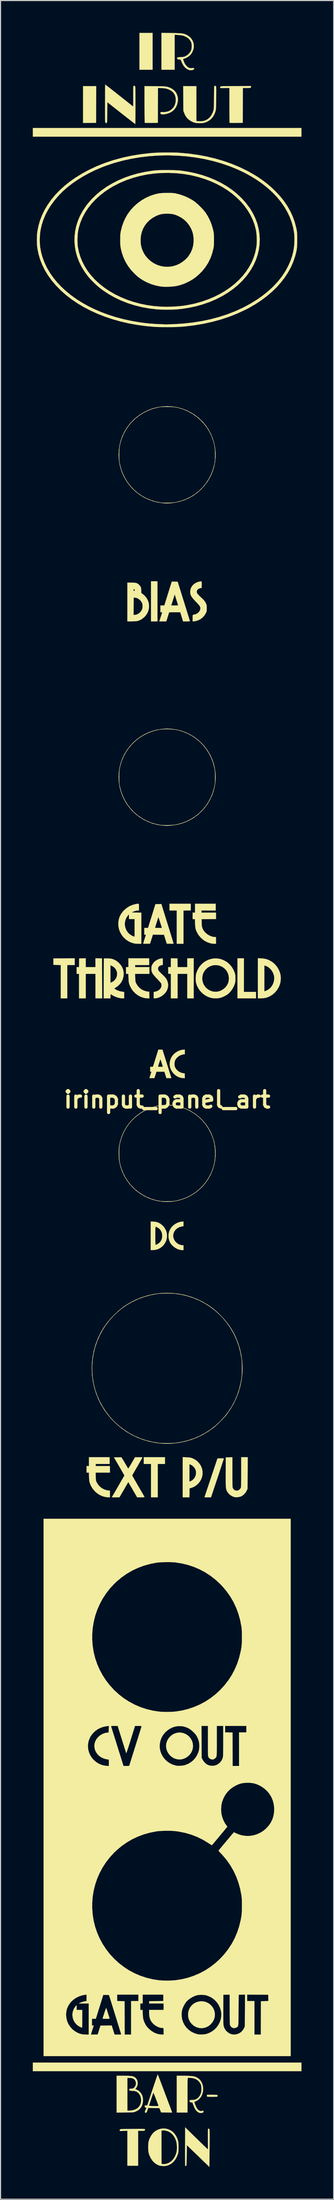
<source format=kicad_pcb>
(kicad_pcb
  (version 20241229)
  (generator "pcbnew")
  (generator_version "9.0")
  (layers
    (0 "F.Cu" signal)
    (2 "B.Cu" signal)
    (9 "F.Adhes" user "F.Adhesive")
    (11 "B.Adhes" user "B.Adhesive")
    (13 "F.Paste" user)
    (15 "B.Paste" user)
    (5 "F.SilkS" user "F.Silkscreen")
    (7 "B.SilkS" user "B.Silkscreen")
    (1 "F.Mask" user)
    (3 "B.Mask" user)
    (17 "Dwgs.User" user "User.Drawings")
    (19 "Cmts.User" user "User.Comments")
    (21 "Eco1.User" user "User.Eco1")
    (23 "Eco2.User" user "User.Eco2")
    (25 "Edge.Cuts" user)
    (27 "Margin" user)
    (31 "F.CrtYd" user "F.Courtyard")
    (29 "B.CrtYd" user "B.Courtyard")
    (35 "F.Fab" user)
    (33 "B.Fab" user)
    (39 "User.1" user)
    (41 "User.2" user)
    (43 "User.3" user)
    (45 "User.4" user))
  (footprint "irinput_panel_art"
    (layer "F.Cu")
    (at 12.493 99.164)
    (property "Reference" "irinput_panel_art" (at 0 0 0) (layer "F.SilkS") (effects (font (size 1.524 1.524) (thickness 0.3))))
    (attr through_hole)
    (fp_poly (pts (xy -1.349 -95.731) (xy -2.572 -95.731) (xy -2.572 -99.152) (xy -1.349 -99.152) (xy -1.349 -95.731)) (stroke (width 0.01) (type solid)) (fill yes) (layer "F.SilkS"))
    (fp_poly (pts (xy -0.899 -44.456) (xy -1.499 -44.456) (xy -1.499 -48.178) (xy -0.899 -48.178) (xy -0.899 -44.456)) (stroke (width 0.01) (type solid)) (fill yes) (layer "F.SilkS"))
    (fp_poly (pts (xy 12.488 -89.512) (xy -12.488 -89.512) (xy -12.488 -90.311) (xy 12.488 -90.311) (xy 12.488 -89.512)) (stroke (width 0.01) (type solid)) (fill yes) (layer "F.SilkS"))
    (fp_poly (pts (xy 12.488 90.311) (xy -12.488 90.311) (xy -12.488 89.512) (xy 12.488 89.512) (xy 12.488 90.311)) (stroke (width 0.01) (type solid)) (fill yes) (layer "F.SilkS"))
    (fp_poly (pts (xy -6.6 -92.503) (xy -6.606 -90.798) (xy -7.212 -90.791) (xy -7.817 -90.785) (xy -7.817 -94.207) (xy -6.593 -94.207) (xy -6.6 -92.503)) (stroke (width 0.01) (type solid)) (fill yes) (layer "F.SilkS"))
    (fp_poly (pts (xy 7.143 -10.015) (xy 8.267 -10.015) (xy 8.267 -9.416) (xy 6.544 -9.416) (xy 6.544 -13.137) (xy 7.143 -13.137) (xy 7.143 -10.015)) (stroke (width 0.01) (type solid)) (fill yes) (layer "F.SilkS"))
    (fp_poly (pts (xy -0.2 33.867) (xy -0.874 33.867) (xy -0.874 36.964) (xy -1.499 36.964) (xy -1.499 33.867) (xy -2.173 33.867) (xy -2.173 33.242) (xy -0.2 33.242) (xy -0.2 33.867)) (stroke (width 0.01) (type solid)) (fill yes) (layer "F.SilkS"))
    (fp_poly (pts (xy 2.198 -17.583) (xy 1.524 -17.583) (xy 1.524 -14.486) (xy 0.899 -14.486) (xy 0.899 -17.583) (xy 0.225 -17.583) (xy 0.225 -18.207) (xy 2.198 -18.207) (xy 2.198 -17.583)) (stroke (width 0.01) (type solid)) (fill yes) (layer "F.SilkS"))
    (fp_poly (pts (xy -8.592 -12.513) (xy -9.291 -12.513) (xy -9.291 -9.416) (xy -9.89 -9.416) (xy -9.89 -12.511) (xy -10.234 -12.518) (xy -10.577 -12.525) (xy -10.577 -13.125) (xy -9.584 -13.131) (xy -8.592 -13.138) (xy -8.592 -12.513)) (stroke (width 0.01) (type solid)) (fill yes) (layer "F.SilkS"))
    (fp_poly (pts (xy 0.656 -13.132) (xy 0.962 -13.125) (xy 0.968 -12.719) (xy 0.975 -12.313) (xy 1.873 -12.313) (xy 1.873 -13.137) (xy 2.473 -13.137) (xy 2.473 -9.416) (xy 1.873 -9.416) (xy 1.873 -11.688) (xy 0.974 -11.688) (xy 0.974 -9.416) (xy 0.35 -9.416) (xy 0.35 -11.686) (xy 0.112 -11.701) (xy 0.105 -12.007) (xy 0.098 -12.313) (xy 0.35 -12.313) (xy 0.35 -13.139) (xy 0.656 -13.132)) (stroke (width 0.01) (type solid)) (fill yes) (layer "F.SilkS"))
    (fp_poly (pts (xy -6.362 -13.132) (xy -6.057 -13.125) (xy -6.05 -11.27) (xy -6.044 -9.416) (xy -6.668 -9.416) (xy -6.668 -11.688) (xy -7.568 -11.688) (xy -7.568 -9.416) (xy -8.192 -9.416) (xy -8.192 -11.688) (xy -8.417 -11.688) (xy -8.417 -12.313) (xy -8.193 -12.313) (xy -8.186 -12.719) (xy -8.179 -13.125) (xy -7.873 -13.132) (xy -7.568 -13.139) (xy -7.568 -12.313) (xy -6.668 -12.313) (xy -6.668 -13.139) (xy -6.362 -13.132)) (stroke (width 0.01) (type solid)) (fill yes) (layer "F.SilkS"))
    (fp_poly (pts (xy 5.196 33.348) (xy 5.248 33.355) (xy 5.269 33.367) (xy 5.27 33.372) (xy 5.262 33.401) (xy 5.24 33.473) (xy 5.204 33.584) (xy 5.156 33.732) (xy 5.097 33.913) (xy 5.029 34.122) (xy 4.952 34.355) (xy 4.867 34.61) (xy 4.777 34.883) (xy 4.682 35.169) (xy 4.677 35.184) (xy 4.084 36.964) (xy 3.475 36.964) (xy 4.079 35.159) (xy 4.683 33.355) (xy 4.976 33.348) (xy 5.108 33.346) (xy 5.196 33.348)) (stroke (width 0.01) (type solid)) (fill yes) (layer "F.SilkS"))
    (fp_poly (pts (xy -8.418 84.398) (xy -8.417 84.617) (xy -7.892 84.617) (xy -7.892 85.441) (xy -7.893 85.638) (xy -7.894 85.818) (xy -7.897 85.976) (xy -7.9 86.104) (xy -7.904 86.199) (xy -7.908 86.253) (xy -7.911 86.264) (xy -7.943 86.254) (xy -8.005 86.231) (xy -8.051 86.213) (xy -8.259 86.103) (xy -8.439 85.955) (xy -8.588 85.777) (xy -8.701 85.574) (xy -8.776 85.354) (xy -8.807 85.122) (xy -8.796 84.909) (xy -8.745 84.695) (xy -8.66 84.494) (xy -8.546 84.322) (xy -8.518 84.29) (xy -8.419 84.18) (xy -8.418 84.398)) (stroke (width 0.01) (type solid)) (fill yes) (layer "F.SilkS"))
    (fp_poly (pts (xy 4.172 92.499) (xy 4.308 92.501) (xy 4.434 92.504) (xy 4.542 92.507) (xy 4.621 92.511) (xy 4.661 92.517) (xy 4.664 92.518) (xy 4.689 92.56) (xy 4.694 92.618) (xy 4.677 92.665) (xy 4.667 92.673) (xy 4.632 92.68) (xy 4.557 92.685) (xy 4.452 92.689) (xy 4.327 92.692) (xy 4.193 92.693) (xy 4.059 92.693) (xy 3.936 92.691) (xy 3.834 92.687) (xy 3.762 92.682) (xy 3.732 92.676) (xy 3.708 92.642) (xy 3.697 92.589) (xy 3.702 92.537) (xy 3.722 92.508) (xy 3.728 92.506) (xy 3.804 92.503) (xy 3.911 92.5) (xy 4.036 92.499) (xy 4.172 92.499)) (stroke (width 0.01) (type solid)) (fill yes) (layer "F.SilkS"))
    (fp_poly (pts (xy -5.655 84.464) (xy -5.631 84.533) (xy -5.597 84.634) (xy -5.556 84.76) (xy -5.511 84.903) (xy -5.507 84.916) (xy -5.462 85.062) (xy -5.421 85.191) (xy -5.387 85.298) (xy -5.363 85.373) (xy -5.352 85.409) (xy -5.351 85.41) (xy -5.358 85.423) (xy -5.393 85.432) (xy -5.463 85.438) (xy -5.573 85.44) (xy -5.667 85.441) (xy -5.788 85.44) (xy -5.889 85.436) (xy -5.96 85.43) (xy -5.993 85.424) (xy -5.994 85.422) (xy -5.987 85.386) (xy -5.967 85.313) (xy -5.937 85.214) (xy -5.9 85.095) (xy -5.858 84.966) (xy -5.814 84.835) (xy -5.772 84.709) (xy -5.733 84.598) (xy -5.701 84.51) (xy -5.678 84.453) (xy -5.668 84.435) (xy -5.655 84.464)) (stroke (width 0.01) (type solid)) (fill yes) (layer "F.SilkS"))
    (fp_poly (pts (xy 1.307 58.843) (xy 1.521 58.89) (xy 1.722 58.973) (xy 1.906 59.089) (xy 2.068 59.234) (xy 2.204 59.405) (xy 2.309 59.599) (xy 2.379 59.811) (xy 2.408 60.039) (xy 2.396 60.253) (xy 2.34 60.48) (xy 2.24 60.694) (xy 2.102 60.887) (xy 1.931 61.053) (xy 1.734 61.182) (xy 1.694 61.202) (xy 1.484 61.286) (xy 1.286 61.329) (xy 1.085 61.333) (xy 0.881 61.302) (xy 0.658 61.229) (xy 0.455 61.114) (xy 0.277 60.964) (xy 0.127 60.783) (xy 0.012 60.579) (xy -0.064 60.357) (xy -0.097 60.123) (xy -0.098 60.066) (xy -0.072 59.836) (xy -0.001 59.614) (xy 0.112 59.407) (xy 0.261 59.222) (xy 0.442 59.065) (xy 0.637 58.951) (xy 0.86 58.87) (xy 1.086 58.835) (xy 1.307 58.843)) (stroke (width 0.01) (type solid)) (fill yes) (layer "F.SilkS"))
    (fp_poly (pts (xy 3.45 83.838) (xy 3.676 83.909) (xy 3.883 84.021) (xy 4.066 84.169) (xy 4.22 84.35) (xy 4.338 84.559) (xy 4.408 84.759) (xy 4.444 84.989) (xy 4.434 85.214) (xy 4.383 85.43) (xy 4.295 85.632) (xy 4.173 85.817) (xy 4.023 85.979) (xy 3.849 86.114) (xy 3.654 86.217) (xy 3.443 86.285) (xy 3.22 86.312) (xy 2.99 86.295) (xy 2.96 86.289) (xy 2.725 86.219) (xy 2.516 86.109) (xy 2.326 85.955) (xy 2.278 85.906) (xy 2.128 85.713) (xy 2.023 85.499) (xy 1.963 85.263) (xy 1.948 85.052) (xy 1.971 84.807) (xy 2.039 84.579) (xy 2.146 84.374) (xy 2.288 84.194) (xy 2.462 84.044) (xy 2.663 83.928) (xy 2.887 83.85) (xy 3.13 83.814) (xy 3.21 83.813) (xy 3.45 83.838)) (stroke (width 0.01) (type solid)) (fill yes) (layer "F.SilkS"))
    (fp_poly (pts (xy 1.524 11.758) (xy 1.372 11.785) (xy 1.155 11.845) (xy 0.965 11.942) (xy 0.806 12.073) (xy 0.683 12.233) (xy 0.6 12.418) (xy 0.571 12.534) (xy 0.563 12.717) (xy 0.599 12.897) (xy 0.675 13.066) (xy 0.785 13.219) (xy 0.924 13.349) (xy 1.086 13.449) (xy 1.266 13.513) (xy 1.376 13.53) (xy 1.524 13.544) (xy 1.524 13.986) (xy 1.392 13.985) (xy 1.285 13.976) (xy 1.171 13.957) (xy 1.131 13.948) (xy 0.935 13.875) (xy 0.743 13.766) (xy 0.565 13.631) (xy 0.412 13.477) (xy 0.294 13.313) (xy 0.265 13.259) (xy 0.174 13.019) (xy 0.131 12.775) (xy 0.133 12.533) (xy 0.179 12.299) (xy 0.268 12.077) (xy 0.4 11.873) (xy 0.571 11.694) (xy 0.641 11.638) (xy 0.813 11.526) (xy 1.001 11.435) (xy 1.189 11.372) (xy 1.365 11.341) (xy 1.417 11.339) (xy 1.524 11.339) (xy 1.524 11.758)) (stroke (width 0.01) (type solid)) (fill yes) (layer "F.SilkS"))
    (fp_poly (pts (xy -2.381 95.674) (xy -2.268 95.676) (xy -2.184 95.681) (xy -2.125 95.687) (xy -2.086 95.696) (xy -2.063 95.707) (xy -2.052 95.722) (xy -2.048 95.739) (xy -2.048 95.756) (xy -2.064 95.789) (xy -2.087 95.816) (xy -2.116 95.834) (xy -2.164 95.846) (xy -2.242 95.853) (xy -2.358 95.855) (xy -2.412 95.856) (xy -2.697 95.856) (xy -2.697 99.102) (xy -3.696 99.102) (xy -3.696 95.848) (xy -4.045 95.864) (xy -4.182 95.87) (xy -4.279 95.872) (xy -4.341 95.871) (xy -4.378 95.865) (xy -4.397 95.852) (xy -4.407 95.834) (xy -4.409 95.827) (xy -4.405 95.764) (xy -4.38 95.73) (xy -4.366 95.719) (xy -4.346 95.71) (xy -4.315 95.702) (xy -4.268 95.696) (xy -4.202 95.692) (xy -4.112 95.688) (xy -3.993 95.685) (xy -3.841 95.682) (xy -3.651 95.68) (xy -3.419 95.678) (xy -3.203 95.676) (xy -2.933 95.674) (xy -2.709 95.673) (xy -2.526 95.673) (xy -2.381 95.674)) (stroke (width 0.01) (type solid)) (fill yes) (layer "F.SilkS"))
    (fp_poly (pts (xy -5.345 33.867) (xy -6.643 33.867) (xy -6.643 34.066) (xy -5.32 34.066) (xy -5.32 34.666) (xy -6.648 34.666) (xy -6.639 35.034) (xy -6.635 35.181) (xy -6.63 35.288) (xy -6.622 35.368) (xy -6.609 35.431) (xy -6.59 35.487) (xy -6.562 35.549) (xy -6.561 35.552) (xy -6.433 35.77) (xy -6.27 35.959) (xy -6.078 36.114) (xy -5.862 36.232) (xy -5.63 36.308) (xy -5.478 36.332) (xy -5.32 36.346) (xy -5.32 36.964) (xy -5.476 36.962) (xy -5.587 36.955) (xy -5.714 36.939) (xy -5.807 36.923) (xy -6.072 36.842) (xy -6.324 36.717) (xy -6.558 36.553) (xy -6.768 36.355) (xy -6.948 36.129) (xy -7.093 35.879) (xy -7.184 35.652) (xy -7.211 35.564) (xy -7.23 35.48) (xy -7.243 35.387) (xy -7.253 35.273) (xy -7.259 35.126) (xy -7.262 35.059) (xy -7.274 34.666) (xy -7.493 34.666) (xy -7.493 34.066) (xy -7.268 34.066) (xy -7.268 33.242) (xy -5.345 33.242) (xy -5.345 33.867)) (stroke (width 0.01) (type solid)) (fill yes) (layer "F.SilkS"))
    (fp_poly (pts (xy -1.673 -12.513) (xy -2.972 -12.513) (xy -2.972 -12.313) (xy -1.648 -12.313) (xy -1.648 -11.688) (xy -2.977 -11.688) (xy -2.968 -11.333) (xy -2.964 -11.191) (xy -2.959 -11.088) (xy -2.951 -11.011) (xy -2.937 -10.949) (xy -2.916 -10.889) (xy -2.885 -10.82) (xy -2.87 -10.789) (xy -2.739 -10.571) (xy -2.572 -10.385) (xy -2.374 -10.236) (xy -2.149 -10.126) (xy -1.9 -10.057) (xy -1.798 -10.043) (xy -1.661 -10.028) (xy -1.654 -9.722) (xy -1.647 -9.416) (xy -1.829 -9.417) (xy -1.954 -9.425) (xy -2.092 -9.445) (xy -2.188 -9.465) (xy -2.471 -9.564) (xy -2.732 -9.707) (xy -2.968 -9.888) (xy -3.173 -10.104) (xy -3.344 -10.351) (xy -3.478 -10.626) (xy -3.522 -10.752) (xy -3.547 -10.839) (xy -3.564 -10.933) (xy -3.577 -11.044) (xy -3.586 -11.186) (xy -3.59 -11.308) (xy -3.603 -11.688) (xy -3.821 -11.688) (xy -3.821 -12.313) (xy -3.596 -12.313) (xy -3.596 -13.137) (xy -1.673 -13.137) (xy -1.673 -12.513)) (stroke (width 0.01) (type solid)) (fill yes) (layer "F.SilkS"))
    (fp_poly (pts (xy 1.648 -4.229) (xy 1.481 -4.199) (xy 1.264 -4.137) (xy 1.076 -4.037) (xy 0.922 -3.904) (xy 0.812 -3.774) (xy 0.741 -3.65) (xy 0.702 -3.515) (xy 0.688 -3.355) (xy 0.687 -3.322) (xy 0.69 -3.206) (xy 0.7 -3.12) (xy 0.722 -3.045) (xy 0.756 -2.969) (xy 0.864 -2.803) (xy 1.008 -2.662) (xy 1.181 -2.55) (xy 1.371 -2.477) (xy 1.489 -2.453) (xy 1.636 -2.435) (xy 1.643 -2.217) (xy 1.65 -1.998) (xy 1.518 -2) (xy 1.41 -2.008) (xy 1.295 -2.026) (xy 1.254 -2.034) (xy 1.029 -2.113) (xy 0.823 -2.231) (xy 0.642 -2.384) (xy 0.489 -2.564) (xy 0.368 -2.766) (xy 0.284 -2.984) (xy 0.241 -3.212) (xy 0.243 -3.443) (xy 0.247 -3.478) (xy 0.308 -3.728) (xy 0.411 -3.956) (xy 0.556 -4.158) (xy 0.741 -4.333) (xy 0.962 -4.477) (xy 1.132 -4.556) (xy 1.26 -4.597) (xy 1.398 -4.628) (xy 1.476 -4.638) (xy 1.648 -4.653) (xy 1.648 -4.229)) (stroke (width 0.01) (type solid)) (fill yes) (layer "F.SilkS"))
    (fp_poly (pts (xy 4.521 -17.583) (xy 3.197 -17.583) (xy 3.197 -17.383) (xy 4.546 -17.383) (xy 4.546 -16.784) (xy 3.877 -16.778) (xy 3.209 -16.771) (xy 3.213 -16.446) (xy 3.22 -16.256) (xy 3.238 -16.102) (xy 3.27 -15.971) (xy 3.32 -15.849) (xy 3.392 -15.725) (xy 3.411 -15.697) (xy 3.543 -15.534) (xy 3.709 -15.39) (xy 3.897 -15.269) (xy 4.098 -15.179) (xy 4.299 -15.124) (xy 4.451 -15.11) (xy 4.546 -15.11) (xy 4.546 -14.486) (xy 4.389 -14.488) (xy 4.278 -14.495) (xy 4.151 -14.51) (xy 4.059 -14.526) (xy 3.795 -14.606) (xy 3.541 -14.73) (xy 3.306 -14.894) (xy 3.094 -15.092) (xy 2.913 -15.318) (xy 2.8 -15.508) (xy 2.736 -15.638) (xy 2.688 -15.754) (xy 2.653 -15.867) (xy 2.63 -15.99) (xy 2.614 -16.135) (xy 2.603 -16.314) (xy 2.601 -16.371) (xy 2.585 -16.771) (xy 2.479 -16.779) (xy 2.373 -16.786) (xy 2.373 -17.383) (xy 2.597 -17.383) (xy 2.597 -18.207) (xy 4.521 -18.207) (xy 4.521 -17.583)) (stroke (width 0.01) (type solid)) (fill yes) (layer "F.SilkS"))
    (fp_poly (pts (xy 1.792 33.248) (xy 1.945 33.255) (xy 2.061 33.265) (xy 2.153 33.279) (xy 2.233 33.299) (xy 2.301 33.322) (xy 2.518 33.418) (xy 2.703 33.534) (xy 2.841 33.65) (xy 3.017 33.849) (xy 3.151 34.068) (xy 3.242 34.302) (xy 3.29 34.545) (xy 3.295 34.792) (xy 3.257 35.037) (xy 3.176 35.274) (xy 3.051 35.497) (xy 2.884 35.702) (xy 2.877 35.709) (xy 2.697 35.864) (xy 2.496 35.99) (xy 2.287 36.079) (xy 2.22 36.098) (xy 2.085 36.133) (xy 2.079 36.548) (xy 2.072 36.964) (xy 1.449 36.964) (xy 1.449 35.512) (xy 2.073 35.512) (xy 2.15 35.486) (xy 2.215 35.456) (xy 2.296 35.409) (xy 2.342 35.379) (xy 2.481 35.254) (xy 2.588 35.099) (xy 2.659 34.923) (xy 2.692 34.735) (xy 2.683 34.547) (xy 2.63 34.366) (xy 2.628 34.362) (xy 2.545 34.221) (xy 2.43 34.092) (xy 2.296 33.985) (xy 2.156 33.914) (xy 2.129 33.905) (xy 2.073 33.888) (xy 2.073 35.512) (xy 1.449 35.512) (xy 1.449 33.236) (xy 1.792 33.248)) (stroke (width 0.01) (type solid)) (fill yes) (layer "F.SilkS"))
    (fp_poly (pts (xy 8.735 -13.129) (xy 8.942 -13.112) (xy 9.115 -13.085) (xy 9.273 -13.043) (xy 9.432 -12.982) (xy 9.528 -12.937) (xy 9.783 -12.787) (xy 10.009 -12.597) (xy 10.203 -12.37) (xy 10.363 -12.109) (xy 10.392 -12.051) (xy 10.478 -11.846) (xy 10.534 -11.658) (xy 10.563 -11.468) (xy 10.571 -11.276) (xy 10.557 -11.021) (xy 10.511 -10.789) (xy 10.43 -10.562) (xy 10.391 -10.477) (xy 10.234 -10.206) (xy 10.042 -9.971) (xy 9.817 -9.772) (xy 9.562 -9.612) (xy 9.297 -9.499) (xy 9.202 -9.469) (xy 9.112 -9.448) (xy 9.011 -9.435) (xy 8.886 -9.426) (xy 8.773 -9.421) (xy 8.442 -9.41) (xy 8.442 -10.062) (xy 9.041 -10.062) (xy 9.097 -10.078) (xy 9.148 -10.097) (xy 9.227 -10.13) (xy 9.307 -10.167) (xy 9.493 -10.283) (xy 9.652 -10.435) (xy 9.782 -10.617) (xy 9.88 -10.822) (xy 9.942 -11.041) (xy 9.964 -11.268) (xy 9.945 -11.496) (xy 9.928 -11.573) (xy 9.851 -11.786) (xy 9.74 -11.982) (xy 9.6 -12.154) (xy 9.438 -12.296) (xy 9.261 -12.4) (xy 9.11 -12.452) (xy 9.041 -12.468) (xy 9.041 -10.062) (xy 8.442 -10.062) (xy 8.442 -13.145) (xy 8.735 -13.129)) (stroke (width 0.01) (type solid)) (fill yes) (layer "F.SilkS"))
    (fp_poly (pts (xy -5.557 -13.121) (xy -5.404 -13.118) (xy -5.288 -13.11) (xy -5.195 -13.097) (xy -5.111 -13.076) (xy -5.07 -13.063) (xy -4.86 -12.977) (xy -4.676 -12.866) (xy -4.502 -12.72) (xy -4.458 -12.677) (xy -4.284 -12.473) (xy -4.158 -12.259) (xy -4.078 -12.03) (xy -4.041 -11.781) (xy -4.038 -11.676) (xy -4.063 -11.416) (xy -4.134 -11.168) (xy -4.25 -10.936) (xy -4.407 -10.726) (xy -4.603 -10.542) (xy -4.764 -10.429) (xy -4.92 -10.333) (xy -4.839 -10.273) (xy -4.648 -10.161) (xy -4.42 -10.079) (xy -4.153 -10.028) (xy -4.14 -10.027) (xy -3.996 -10.009) (xy -3.996 -9.416) (xy -4.167 -9.416) (xy -4.378 -9.435) (xy -4.606 -9.489) (xy -4.837 -9.574) (xy -5.057 -9.686) (xy -5.165 -9.753) (xy -5.257 -9.816) (xy -5.265 -9.616) (xy -5.272 -9.416) (xy -5.895 -9.416) (xy -5.89 -10.867) (xy -5.27 -10.867) (xy -5.193 -10.894) (xy -5.128 -10.923) (xy -5.046 -10.969) (xy -5 -10.998) (xy -4.877 -11.106) (xy -4.772 -11.248) (xy -4.695 -11.408) (xy -4.683 -11.446) (xy -4.649 -11.642) (xy -4.662 -11.834) (xy -4.718 -12.014) (xy -4.814 -12.176) (xy -4.948 -12.315) (xy -5.116 -12.423) (xy -5.201 -12.461) (xy -5.27 -12.486) (xy -5.27 -10.867) (xy -5.89 -10.867) (xy -5.882 -13.125) (xy -5.557 -13.121)) (stroke (width 0.01) (type solid)) (fill yes) (layer "F.SilkS"))
    (fp_poly (pts (xy 2.593 96.426) (xy 2.776 96.604) (xy 2.953 96.777) (xy 3.119 96.938) (xy 3.27 97.085) (xy 3.403 97.214) (xy 3.513 97.32) (xy 3.596 97.4) (xy 3.649 97.45) (xy 3.655 97.455) (xy 3.801 97.588) (xy 3.794 96.652) (xy 3.793 96.44) (xy 3.792 96.243) (xy 3.793 96.067) (xy 3.795 95.918) (xy 3.798 95.801) (xy 3.801 95.722) (xy 3.805 95.687) (xy 3.805 95.686) (xy 3.847 95.657) (xy 3.898 95.664) (xy 3.936 95.701) (xy 3.94 95.712) (xy 3.943 95.746) (xy 3.946 95.826) (xy 3.948 95.947) (xy 3.949 96.105) (xy 3.95 96.297) (xy 3.95 96.518) (xy 3.95 96.763) (xy 3.949 97.029) (xy 3.947 97.311) (xy 3.946 97.488) (xy 3.934 99.209) (xy 2.885 98.197) (xy 1.836 97.186) (xy 1.823 98.133) (xy 1.82 98.38) (xy 1.816 98.581) (xy 1.812 98.742) (xy 1.808 98.867) (xy 1.803 98.959) (xy 1.798 99.025) (xy 1.791 99.068) (xy 1.782 99.092) (xy 1.773 99.103) (xy 1.726 99.125) (xy 1.695 99.112) (xy 1.682 99.096) (xy 1.678 99.066) (xy 1.675 98.99) (xy 1.672 98.871) (xy 1.67 98.713) (xy 1.669 98.519) (xy 1.667 98.294) (xy 1.667 98.04) (xy 1.667 97.762) (xy 1.668 97.463) (xy 1.669 97.297) (xy 1.677 95.529) (xy 2.593 96.426)) (stroke (width 0.01) (type solid)) (fill yes) (layer "F.SilkS"))
    (fp_poly (pts (xy -1.063 11.362) (xy -0.83 11.431) (xy -0.615 11.547) (xy -0.417 11.71) (xy -0.356 11.774) (xy -0.203 11.976) (xy -0.094 12.195) (xy -0.029 12.426) (xy -0.008 12.662) (xy -0.03 12.898) (xy -0.095 13.128) (xy -0.203 13.345) (xy -0.353 13.546) (xy -0.454 13.647) (xy -0.656 13.8) (xy -0.875 13.907) (xy -1.114 13.968) (xy -1.35 13.986) (xy -1.524 13.986) (xy -1.524 12.663) (xy -1.099 12.663) (xy -1.098 12.913) (xy -1.097 13.117) (xy -1.094 13.275) (xy -1.089 13.391) (xy -1.084 13.467) (xy -1.076 13.506) (xy -1.071 13.512) (xy -1.036 13.501) (xy -0.972 13.472) (xy -0.895 13.433) (xy -0.745 13.334) (xy -0.628 13.211) (xy -0.534 13.052) (xy -0.527 13.038) (xy -0.495 12.962) (xy -0.475 12.891) (xy -0.465 12.808) (xy -0.462 12.696) (xy -0.462 12.663) (xy -0.464 12.541) (xy -0.472 12.453) (xy -0.489 12.38) (xy -0.518 12.307) (xy -0.528 12.285) (xy -0.582 12.187) (xy -0.647 12.09) (xy -0.686 12.043) (xy -0.753 11.981) (xy -0.839 11.919) (xy -0.931 11.864) (xy -1.012 11.826) (xy -1.066 11.813) (xy -1.075 11.822) (xy -1.083 11.852) (xy -1.088 11.906) (xy -1.093 11.99) (xy -1.096 12.107) (xy -1.098 12.261) (xy -1.099 12.458) (xy -1.099 12.663) (xy -1.524 12.663) (xy -1.524 11.339) (xy -1.314 11.339) (xy -1.063 11.362)) (stroke (width 0.01) (type solid)) (fill yes) (layer "F.SilkS"))
    (fp_poly (pts (xy 6.069 34.632) (xy 6.069 34.931) (xy 6.069 35.185) (xy 6.07 35.396) (xy 6.071 35.57) (xy 6.073 35.711) (xy 6.075 35.823) (xy 6.078 35.91) (xy 6.083 35.976) (xy 6.089 36.026) (xy 6.095 36.063) (xy 6.104 36.092) (xy 6.114 36.116) (xy 6.121 36.131) (xy 6.2 36.243) (xy 6.308 36.317) (xy 6.435 36.351) (xy 6.572 36.338) (xy 6.574 36.338) (xy 6.69 36.283) (xy 6.788 36.194) (xy 6.854 36.084) (xy 6.866 36.051) (xy 6.873 35.999) (xy 6.879 35.898) (xy 6.884 35.748) (xy 6.888 35.548) (xy 6.891 35.3) (xy 6.892 35.001) (xy 6.893 34.653) (xy 6.893 34.597) (xy 6.893 33.242) (xy 7.495 33.242) (xy 7.48 36.177) (xy 7.395 36.357) (xy 7.291 36.532) (xy 7.153 36.689) (xy 6.993 36.816) (xy 6.875 36.88) (xy 6.748 36.922) (xy 6.597 36.949) (xy 6.441 36.958) (xy 6.298 36.95) (xy 6.206 36.93) (xy 6.002 36.839) (xy 5.821 36.714) (xy 5.671 36.56) (xy 5.562 36.389) (xy 5.537 36.334) (xy 5.516 36.276) (xy 5.498 36.21) (xy 5.484 36.132) (xy 5.472 36.039) (xy 5.463 35.925) (xy 5.456 35.787) (xy 5.452 35.621) (xy 5.449 35.422) (xy 5.448 35.186) (xy 5.448 34.908) (xy 5.45 34.586) (xy 5.45 34.553) (xy 5.457 33.255) (xy 5.763 33.248) (xy 6.069 33.241) (xy 6.069 34.632)) (stroke (width 0.01) (type solid)) (fill yes) (layer "F.SilkS"))
    (fp_poly (pts (xy 7.734 -94.218) (xy 7.782 -94.212) (xy 7.803 -94.194) (xy 7.812 -94.161) (xy 7.813 -94.151) (xy 7.81 -94.109) (xy 7.788 -94.077) (xy 7.74 -94.055) (xy 7.66 -94.042) (xy 7.543 -94.035) (xy 7.382 -94.032) (xy 7.366 -94.032) (xy 7.043 -94.032) (xy 7.031 -90.798) (xy 6.43 -90.791) (xy 6.261 -90.79) (xy 6.109 -90.791) (xy 5.982 -90.792) (xy 5.885 -90.795) (xy 5.826 -90.799) (xy 5.811 -90.802) (xy 5.808 -90.829) (xy 5.806 -90.902) (xy 5.803 -91.017) (xy 5.801 -91.169) (xy 5.799 -91.353) (xy 5.797 -91.567) (xy 5.796 -91.805) (xy 5.795 -92.064) (xy 5.794 -92.339) (xy 5.794 -92.429) (xy 5.794 -94.039) (xy 5.379 -94.03) (xy 5.225 -94.026) (xy 5.113 -94.026) (xy 5.036 -94.028) (xy 4.987 -94.033) (xy 4.958 -94.043) (xy 4.941 -94.058) (xy 4.936 -94.065) (xy 4.923 -94.104) (xy 4.946 -94.141) (xy 4.967 -94.159) (xy 4.982 -94.17) (xy 5.002 -94.179) (xy 5.03 -94.187) (xy 5.071 -94.193) (xy 5.13 -94.198) (xy 5.209 -94.202) (xy 5.315 -94.205) (xy 5.451 -94.207) (xy 5.622 -94.209) (xy 5.831 -94.211) (xy 6.083 -94.212) (xy 6.259 -94.213) (xy 6.509 -94.214) (xy 6.747 -94.215) (xy 6.97 -94.216) (xy 7.171 -94.217) (xy 7.345 -94.218) (xy 7.486 -94.218) (xy 7.589 -94.219) (xy 7.647 -94.219) (xy 7.649 -94.219) (xy 7.734 -94.218)) (stroke (width 0.01) (type solid)) (fill yes) (layer "F.SilkS"))
    (fp_poly (pts (xy -0.087 -3.54) (xy -0.014 -3.306) (xy 0.057 -3.079) (xy 0.124 -2.866) (xy 0.185 -2.671) (xy 0.237 -2.502) (xy 0.28 -2.364) (xy 0.312 -2.263) (xy 0.327 -2.217) (xy 0.395 -1.998) (xy -0.067 -1.998) (xy -0.16 -2.298) (xy -0.254 -2.597) (xy -0.992 -2.597) (xy -1.087 -2.298) (xy -1.183 -1.998) (xy -1.644 -1.998) (xy -1.556 -2.279) (xy -1.521 -2.391) (xy -1.49 -2.485) (xy -1.468 -2.551) (xy -1.457 -2.579) (xy -1.469 -2.592) (xy -1.51 -2.597) (xy -1.54 -2.599) (xy -1.559 -2.61) (xy -1.569 -2.641) (xy -1.573 -2.701) (xy -1.573 -2.799) (xy -1.573 -2.821) (xy -1.573 -3.044) (xy -1.442 -3.052) (xy -1.311 -3.059) (xy -1.308 -3.07) (xy -0.844 -3.07) (xy -0.828 -3.057) (xy -0.785 -3.05) (xy -0.707 -3.047) (xy -0.624 -3.047) (xy -0.516 -3.048) (xy -0.449 -3.052) (xy -0.414 -3.06) (xy -0.404 -3.075) (xy -0.406 -3.091) (xy -0.435 -3.19) (xy -0.47 -3.303) (xy -0.507 -3.421) (xy -0.544 -3.534) (xy -0.578 -3.631) (xy -0.604 -3.704) (xy -0.621 -3.743) (xy -0.624 -3.746) (xy -0.635 -3.724) (xy -0.658 -3.664) (xy -0.689 -3.575) (xy -0.726 -3.467) (xy -0.763 -3.351) (xy -0.8 -3.235) (xy -0.832 -3.129) (xy -0.843 -3.091) (xy -0.844 -3.07) (xy -1.308 -3.07) (xy -1.064 -3.852) (xy -0.816 -4.645) (xy -0.433 -4.645) (xy -0.087 -3.54)) (stroke (width 0.01) (type solid)) (fill yes) (layer "F.SilkS"))
    (fp_poly (pts (xy -2.66 -18.2) (xy -2.634 -18.167) (xy -2.624 -18.103) (xy -2.622 -18.002) (xy -2.622 -17.895) (xy -2.622 -17.583) (xy -2.716 -17.582) (xy -2.848 -17.568) (xy -3 -17.528) (xy -3.155 -17.469) (xy -3.184 -17.455) (xy -3.309 -17.395) (xy -2.398 -17.382) (xy -2.398 -14.486) (xy -2.666 -14.488) (xy -2.797 -14.492) (xy -2.927 -14.501) (xy -3.038 -14.514) (xy -3.084 -14.523) (xy -3.366 -14.609) (xy -3.625 -14.737) (xy -3.859 -14.902) (xy -4.065 -15.1) (xy -4.238 -15.326) (xy -4.375 -15.575) (xy -4.474 -15.843) (xy -4.53 -16.125) (xy -4.535 -16.298) (xy -3.938 -16.298) (xy -3.933 -16.223) (xy -3.882 -15.973) (xy -3.789 -15.745) (xy -3.657 -15.545) (xy -3.49 -15.376) (xy -3.29 -15.242) (xy -3.061 -15.147) (xy -3.028 -15.137) (xy -3.027 -15.16) (xy -3.025 -15.228) (xy -3.024 -15.334) (xy -3.023 -15.473) (xy -3.023 -15.638) (xy -3.022 -15.824) (xy -3.022 -15.959) (xy -3.022 -16.783) (xy -3.547 -16.783) (xy -3.549 -17.221) (xy -3.648 -17.108) (xy -3.774 -16.932) (xy -3.867 -16.73) (xy -3.923 -16.514) (xy -3.938 -16.298) (xy -4.535 -16.298) (xy -4.539 -16.418) (xy -4.539 -16.433) (xy -4.501 -16.72) (xy -4.422 -16.984) (xy -4.299 -17.23) (xy -4.13 -17.464) (xy -4.009 -17.597) (xy -3.768 -17.807) (xy -3.501 -17.974) (xy -3.209 -18.099) (xy -2.893 -18.18) (xy -2.886 -18.181) (xy -2.779 -18.2) (xy -2.706 -18.209) (xy -2.66 -18.2)) (stroke (width 0.01) (type solid)) (fill yes) (layer "F.SilkS"))
    (fp_poly (pts (xy -0.417 -13.123) (xy -0.408 -13.079) (xy -0.402 -12.997) (xy -0.4 -12.873) (xy -0.4 -12.825) (xy -0.4 -12.513) (xy -0.468 -12.512) (xy -0.565 -12.494) (xy -0.67 -12.448) (xy -0.761 -12.386) (xy -0.795 -12.35) (xy -0.838 -12.258) (xy -0.847 -12.147) (xy -0.821 -12.037) (xy -0.801 -11.996) (xy -0.76 -11.943) (xy -0.694 -11.87) (xy -0.614 -11.789) (xy -0.582 -11.759) (xy -0.422 -11.608) (xy -0.296 -11.483) (xy -0.198 -11.378) (xy -0.123 -11.288) (xy -0.066 -11.205) (xy -0.025 -11.131) (xy 0.059 -10.907) (xy 0.094 -10.681) (xy 0.078 -10.455) (xy 0.014 -10.23) (xy -0.041 -10.111) (xy -0.159 -9.934) (xy -0.312 -9.773) (xy -0.491 -9.636) (xy -0.687 -9.526) (xy -0.891 -9.451) (xy -1.092 -9.417) (xy -1.142 -9.416) (xy -1.249 -9.416) (xy -1.249 -10.009) (xy -1.13 -10.027) (xy -0.962 -10.07) (xy -0.814 -10.143) (xy -0.691 -10.241) (xy -0.597 -10.357) (xy -0.537 -10.485) (xy -0.514 -10.618) (xy -0.535 -10.751) (xy -0.561 -10.814) (xy -0.593 -10.86) (xy -0.654 -10.933) (xy -0.736 -11.027) (xy -0.836 -11.135) (xy -0.944 -11.249) (xy -0.947 -11.251) (xy -1.102 -11.415) (xy -1.224 -11.553) (xy -1.315 -11.672) (xy -1.381 -11.779) (xy -1.424 -11.882) (xy -1.449 -11.986) (xy -1.459 -12.098) (xy -1.461 -12.162) (xy -1.457 -12.281) (xy -1.446 -12.371) (xy -1.423 -12.45) (xy -1.394 -12.518) (xy -1.281 -12.702) (xy -1.131 -12.858) (xy -0.948 -12.983) (xy -0.739 -13.072) (xy -0.631 -13.1) (xy -0.542 -13.119) (xy -0.47 -13.132) (xy -0.431 -13.137) (xy -0.417 -13.123)) (stroke (width 0.01) (type solid)) (fill yes) (layer "F.SilkS"))
    (fp_poly (pts (xy 0.708 -48.147) (xy 0.98 -48.14) (xy 1.538 -46.354) (xy 1.628 -46.066) (xy 1.714 -45.79) (xy 1.795 -45.531) (xy 1.869 -45.293) (xy 1.935 -45.079) (xy 1.993 -44.893) (xy 2.04 -44.74) (xy 2.076 -44.623) (xy 2.1 -44.546) (xy 2.11 -44.513) (xy 2.11 -44.512) (xy 2.114 -44.489) (xy 2.109 -44.474) (xy 2.085 -44.464) (xy 2.037 -44.459) (xy 1.956 -44.457) (xy 1.834 -44.456) (xy 1.801 -44.456) (xy 1.479 -44.456) (xy 1.462 -44.525) (xy 1.449 -44.573) (xy 1.423 -44.658) (xy 1.389 -44.769) (xy 1.349 -44.897) (xy 1.333 -44.95) (xy 1.22 -45.305) (xy 0.697 -45.305) (xy 0.506 -45.304) (xy 0.361 -45.302) (xy 0.26 -45.296) (xy 0.199 -45.289) (xy 0.175 -45.279) (xy 0.175 -45.277) (xy 0.168 -45.245) (xy 0.148 -45.174) (xy 0.117 -45.072) (xy 0.079 -44.948) (xy 0.049 -44.852) (xy -0.077 -44.456) (xy -0.722 -44.456) (xy -0.685 -44.575) (xy -0.663 -44.646) (xy -0.63 -44.75) (xy -0.591 -44.873) (xy -0.552 -44.993) (xy -0.455 -45.293) (xy -0.54 -45.301) (xy -0.624 -45.308) (xy -0.624 -45.93) (xy -0.259 -45.93) (xy 0.38 -45.93) (xy 0.702 -45.93) (xy 0.822 -45.931) (xy 0.922 -45.935) (xy 0.992 -45.94) (xy 1.023 -45.947) (xy 1.023 -45.949) (xy 1.016 -45.977) (xy 0.995 -46.046) (xy 0.964 -46.147) (xy 0.924 -46.274) (xy 0.878 -46.42) (xy 0.864 -46.465) (xy 0.705 -46.962) (xy 0.611 -46.665) (xy 0.566 -46.523) (xy 0.519 -46.372) (xy 0.475 -46.233) (xy 0.448 -46.148) (xy 0.38 -45.93) (xy -0.259 -45.93) (xy 0.435 -48.154) (xy 0.708 -48.147)) (stroke (width 0.01) (type solid)) (fill yes) (layer "F.SilkS"))
    (fp_poly (pts (xy -3.315 -48.052) (xy -3.135 -48.05) (xy -2.995 -48.04) (xy -2.886 -48.022) (xy -2.797 -47.992) (xy -2.72 -47.947) (xy -2.644 -47.886) (xy -2.614 -47.858) (xy -2.523 -47.759) (xy -2.462 -47.663) (xy -2.427 -47.554) (xy -2.411 -47.418) (xy -2.408 -47.331) (xy -2.405 -47.097) (xy -2.287 -47.011) (xy -2.083 -46.835) (xy -1.92 -46.636) (xy -1.798 -46.419) (xy -1.719 -46.19) (xy -1.681 -45.953) (xy -1.687 -45.713) (xy -1.735 -45.476) (xy -1.828 -45.247) (xy -1.964 -45.03) (xy -2.109 -44.866) (xy -2.306 -44.701) (xy -2.521 -44.576) (xy -2.744 -44.495) (xy -2.792 -44.484) (xy -2.865 -44.474) (xy -2.974 -44.466) (xy -3.108 -44.46) (xy -3.254 -44.457) (xy -3.31 -44.456) (xy -3.696 -44.456) (xy -3.696 -45.056) (xy -3.123 -45.056) (xy -3.023 -45.056) (xy -2.939 -45.065) (xy -2.84 -45.089) (xy -2.796 -45.104) (xy -2.623 -45.196) (xy -2.478 -45.328) (xy -2.372 -45.484) (xy -2.329 -45.569) (xy -2.303 -45.638) (xy -2.291 -45.711) (xy -2.286 -45.807) (xy -2.286 -45.855) (xy -2.289 -45.981) (xy -2.302 -46.075) (xy -2.327 -46.155) (xy -2.339 -46.184) (xy -2.433 -46.337) (xy -2.557 -46.469) (xy -2.703 -46.571) (xy -2.86 -46.638) (xy -2.989 -46.66) (xy -3.109 -46.667) (xy -3.123 -45.056) (xy -3.696 -45.056) (xy -3.696 -47.366) (xy -3.122 -47.366) (xy -3.118 -47.306) (xy -3.101 -47.283) (xy -3.066 -47.283) (xy -3.024 -47.301) (xy -3.01 -47.347) (xy -3.01 -47.366) (xy -3.018 -47.422) (xy -3.052 -47.446) (xy -3.066 -47.449) (xy -3.103 -47.448) (xy -3.119 -47.422) (xy -3.122 -47.366) (xy -3.696 -47.366) (xy -3.696 -48.053) (xy -3.315 -48.052)) (stroke (width 0.01) (type solid)) (fill yes) (layer "F.SilkS"))
    (fp_poly (pts (xy 4.48 -94.229) (xy 4.533 -94.207) (xy 4.545 -94.195) (xy 4.553 -94.174) (xy 4.559 -94.129) (xy 4.563 -94.055) (xy 4.567 -93.951) (xy 4.568 -93.811) (xy 4.568 -93.632) (xy 4.567 -93.412) (xy 4.565 -93.145) (xy 4.564 -93.115) (xy 4.561 -92.857) (xy 4.559 -92.642) (xy 4.555 -92.467) (xy 4.552 -92.326) (xy 4.547 -92.214) (xy 4.542 -92.124) (xy 4.535 -92.053) (xy 4.527 -91.993) (xy 4.516 -91.941) (xy 4.504 -91.89) (xy 4.5 -91.877) (xy 4.404 -91.61) (xy 4.271 -91.374) (xy 4.104 -91.172) (xy 3.904 -91.007) (xy 3.674 -90.88) (xy 3.435 -90.799) (xy 3.314 -90.778) (xy 3.161 -90.766) (xy 2.992 -90.764) (xy 2.824 -90.77) (xy 2.674 -90.786) (xy 2.608 -90.798) (xy 2.398 -90.865) (xy 2.192 -90.971) (xy 2.002 -91.107) (xy 1.84 -91.265) (xy 1.728 -91.418) (xy 1.676 -91.515) (xy 1.621 -91.632) (xy 1.579 -91.739) (xy 1.512 -91.922) (xy 1.504 -93.065) (xy 1.496 -94.207) (xy 2.722 -94.207) (xy 2.722 -90.967) (xy 2.838 -90.951) (xy 3.112 -90.935) (xy 3.364 -90.963) (xy 3.592 -91.035) (xy 3.794 -91.149) (xy 3.971 -91.304) (xy 4.118 -91.5) (xy 4.236 -91.735) (xy 4.303 -91.931) (xy 4.316 -91.981) (xy 4.327 -92.03) (xy 4.336 -92.084) (xy 4.343 -92.148) (xy 4.348 -92.228) (xy 4.352 -92.329) (xy 4.355 -92.456) (xy 4.358 -92.614) (xy 4.359 -92.81) (xy 4.361 -93.049) (xy 4.361 -93.15) (xy 4.362 -93.373) (xy 4.364 -93.58) (xy 4.367 -93.767) (xy 4.37 -93.927) (xy 4.373 -94.056) (xy 4.377 -94.148) (xy 4.381 -94.198) (xy 4.382 -94.206) (xy 4.422 -94.229) (xy 4.48 -94.229)) (stroke (width 0.01) (type solid)) (fill yes) (layer "F.SilkS"))
    (fp_poly (pts (xy -1.13 -94.2) (xy -0.875 -94.197) (xy -0.664 -94.194) (xy -0.492 -94.19) (xy -0.354 -94.186) (xy -0.244 -94.18) (xy -0.156 -94.173) (xy -0.086 -94.165) (xy -0.028 -94.155) (xy 0.012 -94.145) (xy 0.266 -94.059) (xy 0.487 -93.94) (xy 0.671 -93.791) (xy 0.818 -93.615) (xy 0.924 -93.415) (xy 0.988 -93.193) (xy 1.008 -92.954) (xy 0.997 -92.804) (xy 0.941 -92.538) (xy 0.845 -92.3) (xy 0.71 -92.091) (xy 0.54 -91.916) (xy 0.336 -91.776) (xy 0.1 -91.673) (xy -0.08 -91.624) (xy -0.269 -91.593) (xy -0.42 -91.585) (xy -0.531 -91.599) (xy -0.6 -91.635) (xy -0.633 -91.691) (xy -0.624 -91.742) (xy -0.579 -91.781) (xy -0.506 -91.803) (xy -0.412 -91.803) (xy -0.391 -91.799) (xy -0.295 -91.794) (xy -0.17 -91.804) (xy -0.034 -91.827) (xy 0.095 -91.86) (xy 0.192 -91.896) (xy 0.316 -91.969) (xy 0.443 -92.071) (xy 0.557 -92.186) (xy 0.638 -92.297) (xy 0.734 -92.501) (xy 0.79 -92.716) (xy 0.808 -92.934) (xy 0.789 -93.146) (xy 0.733 -93.347) (xy 0.641 -93.527) (xy 0.513 -93.679) (xy 0.51 -93.682) (xy 0.395 -93.769) (xy 0.248 -93.853) (xy 0.086 -93.924) (xy -0.072 -93.975) (xy -0.1 -93.982) (xy -0.181 -93.995) (xy -0.296 -94.008) (xy -0.428 -94.019) (xy -0.543 -94.026) (xy -0.849 -94.04) (xy -0.862 -90.798) (xy -1.463 -90.791) (xy -1.631 -90.79) (xy -1.783 -90.791) (xy -1.911 -90.792) (xy -2.007 -90.795) (xy -2.066 -90.799) (xy -2.081 -90.802) (xy -2.084 -90.829) (xy -2.086 -90.902) (xy -2.089 -91.017) (xy -2.091 -91.169) (xy -2.093 -91.355) (xy -2.095 -91.571) (xy -2.096 -91.811) (xy -2.097 -92.073) (xy -2.098 -92.352) (xy -2.098 -92.515) (xy -2.098 -94.211) (xy -1.13 -94.2)) (stroke (width 0.01) (type solid)) (fill yes) (layer "F.SilkS"))
    (fp_poly (pts (xy 0.032 -16.353) (xy 0.123 -16.062) (xy 0.209 -15.784) (xy 0.289 -15.524) (xy 0.363 -15.286) (xy 0.429 -15.072) (xy 0.485 -14.886) (xy 0.532 -14.733) (xy 0.568 -14.616) (xy 0.591 -14.539) (xy 0.6 -14.505) (xy 0.6 -14.504) (xy 0.577 -14.497) (xy 0.512 -14.492) (xy 0.417 -14.49) (xy 0.3 -14.491) (xy 0.283 -14.491) (xy -0.033 -14.498) (xy -0.161 -14.91) (xy -0.289 -15.322) (xy -0.805 -15.329) (xy -1.322 -15.336) (xy -1.589 -14.498) (xy -1.906 -14.491) (xy -2.053 -14.49) (xy -2.155 -14.494) (xy -2.212 -14.502) (xy -2.223 -14.51) (xy -2.215 -14.541) (xy -2.195 -14.612) (xy -2.165 -14.712) (xy -2.126 -14.835) (xy -2.098 -14.923) (xy -2.056 -15.054) (xy -2.02 -15.167) (xy -1.993 -15.255) (xy -1.976 -15.309) (xy -1.973 -15.322) (xy -1.995 -15.331) (xy -2.047 -15.335) (xy -2.048 -15.335) (xy -2.123 -15.335) (xy -2.123 -15.959) (xy -1.775 -15.959) (xy -1.77 -15.976) (xy -1.124 -15.976) (xy -1.1 -15.97) (xy -1.036 -15.965) (xy -0.941 -15.961) (xy -0.824 -15.959) (xy -0.802 -15.959) (xy -0.481 -15.959) (xy -0.642 -16.465) (xy -0.69 -16.614) (xy -0.732 -16.747) (xy -0.768 -16.856) (xy -0.793 -16.933) (xy -0.807 -16.973) (xy -0.809 -16.976) (xy -0.817 -16.955) (xy -0.838 -16.895) (xy -0.868 -16.804) (xy -0.904 -16.691) (xy -0.945 -16.564) (xy -0.987 -16.431) (xy -1.028 -16.3) (xy -1.064 -16.182) (xy -1.094 -16.083) (xy -1.115 -16.012) (xy -1.124 -15.977) (xy -1.124 -15.976) (xy -1.77 -15.976) (xy -1.67 -16.29) (xy -1.636 -16.399) (xy -1.59 -16.547) (xy -1.535 -16.723) (xy -1.474 -16.92) (xy -1.409 -17.126) (xy -1.344 -17.335) (xy -1.325 -17.395) (xy -1.085 -18.17) (xy -0.811 -18.176) (xy -0.537 -18.183) (xy 0.032 -16.353)) (stroke (width 0.01) (type solid)) (fill yes) (layer "F.SilkS"))
    (fp_poly (pts (xy 3.191 -48.157) (xy 3.211 -48.114) (xy 3.219 -48.038) (xy 3.218 -47.922) (xy 3.216 -47.86) (xy 3.209 -47.567) (xy 3.099 -47.548) (xy 2.962 -47.506) (xy 2.856 -47.437) (xy 2.786 -47.345) (xy 2.756 -47.237) (xy 2.771 -47.121) (xy 2.771 -47.12) (xy 2.79 -47.077) (xy 2.821 -47.029) (xy 2.869 -46.969) (xy 2.938 -46.893) (xy 3.033 -46.798) (xy 3.158 -46.677) (xy 3.276 -46.564) (xy 3.384 -46.458) (xy 3.463 -46.368) (xy 3.525 -46.279) (xy 3.581 -46.178) (xy 3.587 -46.166) (xy 3.629 -46.08) (xy 3.656 -46.013) (xy 3.673 -45.951) (xy 3.681 -45.879) (xy 3.684 -45.784) (xy 3.684 -45.68) (xy 3.683 -45.554) (xy 3.68 -45.464) (xy 3.67 -45.396) (xy 3.652 -45.334) (xy 3.622 -45.266) (xy 3.589 -45.199) (xy 3.46 -44.992) (xy 3.293 -44.81) (xy 3.097 -44.663) (xy 3.028 -44.623) (xy 2.881 -44.557) (xy 2.723 -44.504) (xy 2.572 -44.469) (xy 2.454 -44.457) (xy 2.373 -44.456) (xy 2.373 -44.754) (xy 2.373 -44.882) (xy 2.375 -44.97) (xy 2.386 -45.024) (xy 2.41 -45.056) (xy 2.451 -45.074) (xy 2.515 -45.086) (xy 2.56 -45.093) (xy 2.707 -45.138) (xy 2.842 -45.22) (xy 2.956 -45.328) (xy 3.041 -45.454) (xy 3.089 -45.589) (xy 3.096 -45.664) (xy 3.091 -45.733) (xy 3.072 -45.8) (xy 3.035 -45.873) (xy 2.976 -45.957) (xy 2.891 -46.058) (xy 2.775 -46.182) (xy 2.686 -46.274) (xy 2.522 -46.446) (xy 2.393 -46.593) (xy 2.296 -46.722) (xy 2.226 -46.839) (xy 2.181 -46.952) (xy 2.157 -47.067) (xy 2.15 -47.19) (xy 2.153 -47.287) (xy 2.19 -47.482) (xy 2.271 -47.662) (xy 2.392 -47.822) (xy 2.549 -47.958) (xy 2.736 -48.066) (xy 2.95 -48.14) (xy 3.005 -48.152) (xy 3.093 -48.169) (xy 3.154 -48.173) (xy 3.191 -48.157)) (stroke (width 0.01) (type solid)) (fill yes) (layer "F.SilkS"))
    (fp_poly (pts (xy 4.7 -13.116) (xy 4.983 -13.061) (xy 5.258 -12.959) (xy 5.521 -12.811) (xy 5.641 -12.724) (xy 5.849 -12.532) (xy 6.031 -12.304) (xy 6.18 -12.052) (xy 6.29 -11.785) (xy 6.311 -11.713) (xy 6.338 -11.572) (xy 6.352 -11.4) (xy 6.354 -11.214) (xy 6.345 -11.033) (xy 6.323 -10.874) (xy 6.309 -10.814) (xy 6.225 -10.577) (xy 6.104 -10.341) (xy 5.954 -10.12) (xy 5.785 -9.928) (xy 5.685 -9.838) (xy 5.548 -9.739) (xy 5.382 -9.643) (xy 5.205 -9.556) (xy 5.034 -9.488) (xy 4.92 -9.454) (xy 4.76 -9.429) (xy 4.572 -9.418) (xy 4.377 -9.421) (xy 4.192 -9.439) (xy 4.056 -9.465) (xy 3.779 -9.563) (xy 3.522 -9.703) (xy 3.288 -9.882) (xy 3.082 -10.094) (xy 2.911 -10.333) (xy 2.778 -10.595) (xy 2.704 -10.814) (xy 2.674 -10.978) (xy 2.66 -11.169) (xy 2.661 -11.368) (xy 3.268 -11.368) (xy 3.272 -11.126) (xy 3.274 -11.112) (xy 3.326 -10.877) (xy 3.42 -10.663) (xy 3.55 -10.473) (xy 3.712 -10.311) (xy 3.899 -10.181) (xy 4.108 -10.087) (xy 4.331 -10.032) (xy 4.566 -10.021) (xy 4.723 -10.04) (xy 4.903 -10.092) (xy 5.089 -10.179) (xy 5.261 -10.289) (xy 5.403 -10.415) (xy 5.405 -10.417) (xy 5.556 -10.606) (xy 5.661 -10.8) (xy 5.723 -11.008) (xy 5.746 -11.239) (xy 5.747 -11.271) (xy 5.723 -11.518) (xy 5.654 -11.749) (xy 5.542 -11.959) (xy 5.391 -12.143) (xy 5.203 -12.296) (xy 5.099 -12.359) (xy 4.874 -12.453) (xy 4.647 -12.501) (xy 4.423 -12.506) (xy 4.205 -12.471) (xy 4 -12.399) (xy 3.81 -12.293) (xy 3.642 -12.157) (xy 3.499 -11.993) (xy 3.386 -11.805) (xy 3.307 -11.596) (xy 3.268 -11.368) (xy 2.661 -11.368) (xy 2.661 -11.37) (xy 2.678 -11.563) (xy 2.71 -11.73) (xy 2.719 -11.763) (xy 2.835 -12.058) (xy 2.99 -12.324) (xy 3.182 -12.557) (xy 3.41 -12.757) (xy 3.572 -12.865) (xy 3.845 -12.999) (xy 4.126 -13.085) (xy 4.413 -13.124) (xy 4.7 -13.116)) (stroke (width 0.01) (type solid)) (fill yes) (layer "F.SilkS"))
    (fp_poly (pts (xy -0.864 90.634) (xy -0.837 90.7) (xy -0.796 90.805) (xy -0.741 90.946) (xy -0.675 91.118) (xy -0.598 91.318) (xy -0.513 91.543) (xy -0.42 91.788) (xy -0.321 92.05) (xy -0.25 92.239) (xy -0.146 92.515) (xy -0.046 92.781) (xy 0.048 93.031) (xy 0.135 93.263) (xy 0.214 93.472) (xy 0.282 93.653) (xy 0.338 93.802) (xy 0.381 93.916) (xy 0.409 93.99) (xy 0.417 94.013) (xy 0.473 94.158) (xy -0.044 94.152) (xy -0.56 94.145) (xy -0.638 93.945) (xy -0.715 93.745) (xy -1.239 93.739) (xy -1.763 93.732) (xy -1.821 93.913) (xy -1.871 94.05) (xy -1.919 94.137) (xy -1.967 94.178) (xy -2.015 94.174) (xy -2.043 94.152) (xy -2.064 94.125) (xy -2.07 94.092) (xy -2.058 94.041) (xy -2.027 93.964) (xy -1.998 93.899) (xy -1.962 93.817) (xy -1.935 93.755) (xy -1.923 93.724) (xy -1.923 93.724) (xy -1.944 93.71) (xy -1.985 93.698) (xy -2.052 93.661) (xy -2.084 93.602) (xy -2.073 93.534) (xy -2.072 93.531) (xy -1.694 93.531) (xy -1.552 93.54) (xy -1.43 93.546) (xy -1.297 93.55) (xy -1.164 93.552) (xy -1.038 93.553) (xy -0.931 93.551) (xy -0.85 93.548) (xy -0.805 93.543) (xy -0.799 93.539) (xy -0.807 93.507) (xy -0.83 93.437) (xy -0.866 93.338) (xy -0.911 93.216) (xy -0.963 93.079) (xy -1.018 92.934) (xy -1.075 92.789) (xy -1.129 92.65) (xy -1.179 92.525) (xy -1.222 92.422) (xy -1.254 92.347) (xy -1.273 92.308) (xy -1.277 92.304) (xy -1.289 92.332) (xy -1.314 92.4) (xy -1.35 92.503) (xy -1.395 92.634) (xy -1.446 92.786) (xy -1.493 92.926) (xy -1.694 93.531) (xy -2.072 93.531) (xy -2.071 93.53) (xy -2.044 93.496) (xy -2.002 93.487) (xy -1.948 93.493) (xy -1.852 93.508) (xy -1.37 92.059) (xy -1.284 91.802) (xy -1.202 91.56) (xy -1.127 91.336) (xy -1.058 91.134) (xy -0.999 90.96) (xy -0.949 90.816) (xy -0.911 90.708) (xy -0.886 90.638) (xy -0.875 90.611) (xy -0.874 90.611) (xy -0.864 90.634)) (stroke (width 0.01) (type solid)) (fill yes) (layer "F.SilkS"))
    (fp_poly (pts (xy -2.501 33.243) (xy -2.406 33.245) (xy -2.347 33.249) (xy -2.316 33.257) (xy -2.306 33.27) (xy -2.309 33.285) (xy -2.325 33.316) (xy -2.363 33.385) (xy -2.421 33.486) (xy -2.495 33.616) (xy -2.582 33.768) (xy -2.68 33.938) (xy -2.786 34.12) (xy -2.891 34.301) (xy -2.988 34.469) (xy -3.073 34.619) (xy -3.144 34.745) (xy -3.199 34.844) (xy -3.234 34.909) (xy -3.247 34.936) (xy -3.247 34.937) (xy -3.235 34.963) (xy -3.2 35.027) (xy -3.145 35.126) (xy -3.072 35.255) (xy -2.984 35.409) (xy -2.883 35.584) (xy -2.773 35.775) (xy -2.682 35.931) (xy -2.565 36.132) (xy -2.455 36.321) (xy -2.356 36.492) (xy -2.27 36.642) (xy -2.199 36.765) (xy -2.146 36.858) (xy -2.114 36.915) (xy -2.105 36.932) (xy -2.111 36.945) (xy -2.146 36.954) (xy -2.214 36.96) (xy -2.322 36.963) (xy -2.441 36.964) (xy -2.79 36.964) (xy -3.074 36.47) (xy -3.165 36.312) (xy -3.256 36.154) (xy -3.341 36.006) (xy -3.416 35.878) (xy -3.472 35.781) (xy -3.484 35.761) (xy -3.61 35.545) (xy -4.022 36.254) (xy -4.433 36.963) (xy -5.144 36.964) (xy -5.023 36.758) (xy -4.982 36.688) (xy -4.92 36.581) (xy -4.841 36.444) (xy -4.747 36.284) (xy -4.644 36.106) (xy -4.535 35.917) (xy -4.435 35.745) (xy -3.969 34.939) (xy -4.193 34.546) (xy -4.282 34.392) (xy -4.387 34.21) (xy -4.498 34.019) (xy -4.606 33.833) (xy -4.681 33.704) (xy -4.945 33.255) (xy -4.615 33.248) (xy -4.49 33.246) (xy -4.383 33.246) (xy -4.303 33.248) (xy -4.261 33.251) (xy -4.258 33.252) (xy -4.238 33.275) (xy -4.197 33.336) (xy -4.139 33.428) (xy -4.067 33.545) (xy -3.986 33.681) (xy -3.934 33.771) (xy -3.85 33.915) (xy -3.773 34.045) (xy -3.709 34.155) (xy -3.659 34.238) (xy -3.629 34.287) (xy -3.621 34.299) (xy -3.605 34.283) (xy -3.567 34.23) (xy -3.512 34.145) (xy -3.443 34.033) (xy -3.363 33.899) (xy -3.294 33.781) (xy -2.985 33.243) (xy -2.638 33.243) (xy -2.501 33.243)) (stroke (width 0.01) (type solid)) (fill yes) (layer "F.SilkS"))
    (fp_poly (pts (xy -0.148 95.648) (xy 0.08 95.702) (xy 0.296 95.796) (xy 0.494 95.93) (xy 0.67 96.103) (xy 0.817 96.312) (xy 0.867 96.406) (xy 0.933 96.546) (xy 0.983 96.67) (xy 1.018 96.789) (xy 1.041 96.914) (xy 1.054 97.058) (xy 1.06 97.231) (xy 1.061 97.379) (xy 1.061 97.544) (xy 1.058 97.67) (xy 1.052 97.766) (xy 1.043 97.844) (xy 1.028 97.914) (xy 1.008 97.987) (xy 1.003 98.004) (xy 0.893 98.287) (xy 0.754 98.532) (xy 0.586 98.737) (xy 0.39 98.903) (xy 0.167 99.027) (xy 0.002 99.088) (xy -0.161 99.119) (xy -0.347 99.128) (xy -0.537 99.116) (xy -0.71 99.083) (xy -0.755 99.069) (xy -0.982 98.965) (xy -1.186 98.819) (xy -1.364 98.631) (xy -1.515 98.402) (xy -1.559 98.317) (xy -1.634 98.154) (xy -1.688 98.008) (xy -1.724 97.865) (xy -1.747 97.71) (xy -1.757 97.53) (xy -1.759 97.367) (xy -1.756 97.167) (xy -1.745 97.003) (xy -1.722 96.861) (xy -1.686 96.728) (xy -1.633 96.59) (xy -1.577 96.468) (xy -1.442 96.233) (xy -1.282 96.039) (xy -1.093 95.881) (xy -1.082 95.873) (xy -1.017 95.837) (xy -0.524 95.837) (xy -0.524 97.378) (xy -0.524 97.651) (xy -0.523 97.909) (xy -0.522 98.148) (xy -0.521 98.363) (xy -0.519 98.551) (xy -0.516 98.706) (xy -0.514 98.825) (xy -0.511 98.903) (xy -0.508 98.935) (xy -0.508 98.936) (xy -0.47 98.948) (xy -0.397 98.952) (xy -0.303 98.95) (xy -0.202 98.942) (xy -0.109 98.929) (xy -0.062 98.919) (xy 0.157 98.835) (xy 0.356 98.707) (xy 0.53 98.54) (xy 0.677 98.336) (xy 0.794 98.098) (xy 0.867 97.879) (xy 0.895 97.729) (xy 0.91 97.547) (xy 0.913 97.35) (xy 0.903 97.153) (xy 0.882 96.974) (xy 0.854 96.847) (xy 0.759 96.584) (xy 0.633 96.357) (xy 0.479 96.166) (xy 0.3 96.014) (xy 0.098 95.903) (xy -0.125 95.837) (xy -0.154 95.832) (xy -0.258 95.821) (xy -0.362 95.819) (xy -0.415 95.822) (xy -0.524 95.837) (xy -1.017 95.837) (xy -0.856 95.748) (xy -0.621 95.67) (xy -0.384 95.637) (xy -0.148 95.648)) (stroke (width 0.01) (type solid)) (fill yes) (layer "F.SilkS"))
    (fp_poly (pts (xy 1.43 90.736) (xy 1.755 90.739) (xy 2.032 90.749) (xy 2.262 90.766) (xy 2.446 90.79) (xy 2.587 90.822) (xy 2.632 90.837) (xy 2.839 90.939) (xy 3.014 91.079) (xy 3.155 91.251) (xy 3.26 91.454) (xy 3.327 91.681) (xy 3.352 91.931) (xy 3.353 91.959) (xy 3.331 92.214) (xy 3.271 92.448) (xy 3.173 92.659) (xy 3.04 92.841) (xy 2.877 92.989) (xy 2.684 93.1) (xy 2.664 93.109) (xy 2.527 93.165) (xy 2.564 93.293) (xy 2.609 93.426) (xy 2.67 93.567) (xy 2.737 93.7) (xy 2.805 93.811) (xy 2.845 93.864) (xy 2.931 93.94) (xy 3.028 93.994) (xy 3.124 94.021) (xy 3.204 94.014) (xy 3.211 94.011) (xy 3.299 93.985) (xy 3.359 93.997) (xy 3.385 94.035) (xy 3.382 94.095) (xy 3.34 94.145) (xy 3.269 94.181) (xy 3.18 94.2) (xy 3.081 94.199) (xy 2.984 94.174) (xy 2.973 94.169) (xy 2.85 94.101) (xy 2.743 94.011) (xy 2.649 93.894) (xy 2.562 93.742) (xy 2.477 93.548) (xy 2.457 93.495) (xy 2.352 93.221) (xy 2.249 93.213) (xy 2.166 93.191) (xy 2.107 93.146) (xy 2.082 93.088) (xy 2.087 93.05) (xy 2.106 93.021) (xy 2.142 93.002) (xy 2.204 92.992) (xy 2.303 92.989) (xy 2.36 92.989) (xy 2.549 92.971) (xy 2.713 92.911) (xy 2.858 92.807) (xy 2.907 92.759) (xy 3.035 92.597) (xy 3.123 92.421) (xy 3.176 92.224) (xy 3.194 91.998) (xy 3.191 91.882) (xy 3.183 91.757) (xy 3.17 91.665) (xy 3.149 91.586) (xy 3.115 91.505) (xy 3.101 91.476) (xy 2.985 91.295) (xy 2.835 91.149) (xy 2.651 91.039) (xy 2.436 90.967) (xy 2.235 90.936) (xy 2.126 90.928) (xy 2.032 90.925) (xy 1.966 90.926) (xy 1.948 90.928) (xy 1.938 90.932) (xy 1.929 90.939) (xy 1.922 90.954) (xy 1.916 90.98) (xy 1.911 91.021) (xy 1.907 91.08) (xy 1.904 91.161) (xy 1.902 91.268) (xy 1.9 91.404) (xy 1.899 91.573) (xy 1.899 91.778) (xy 1.898 92.023) (xy 1.898 92.313) (xy 1.898 92.549) (xy 1.898 94.157) (xy 0.899 94.157) (xy 0.899 90.736) (xy 1.43 90.736)) (stroke (width 0.01) (type solid)) (fill yes) (layer "F.SilkS"))
    (fp_poly (pts (xy -4.115 90.736) (xy -3.855 90.738) (xy -3.641 90.743) (xy -3.464 90.753) (xy -3.321 90.768) (xy -3.205 90.79) (xy -3.111 90.82) (xy -3.033 90.859) (xy -2.966 90.907) (xy -2.904 90.968) (xy -2.892 90.98) (xy -2.808 91.097) (xy -2.758 91.227) (xy -2.738 91.383) (xy -2.737 91.435) (xy -2.758 91.609) (xy -2.815 91.769) (xy -2.903 91.902) (xy -2.916 91.916) (xy -2.95 91.96) (xy -2.955 91.983) (xy -2.949 91.984) (xy -2.892 91.999) (xy -2.809 92.038) (xy -2.716 92.093) (xy -2.625 92.155) (xy -2.552 92.217) (xy -2.414 92.378) (xy -2.318 92.557) (xy -2.262 92.758) (xy -2.244 92.989) (xy -2.244 92.99) (xy -2.264 93.246) (xy -2.323 93.472) (xy -2.422 93.667) (xy -2.561 93.833) (xy -2.741 93.969) (xy -2.96 94.077) (xy -2.987 94.086) (xy -3.031 94.102) (xy -3.077 94.114) (xy -3.13 94.124) (xy -3.196 94.131) (xy -3.281 94.137) (xy -3.393 94.142) (xy -3.536 94.145) (xy -3.718 94.149) (xy -3.915 94.151) (xy -4.695 94.162) (xy -4.695 93.982) (xy -3.696 93.982) (xy -3.586 93.982) (xy -3.505 93.979) (xy -3.398 93.97) (xy -3.286 93.957) (xy -3.28 93.956) (xy -3.048 93.904) (xy -2.85 93.815) (xy -2.686 93.692) (xy -2.559 93.539) (xy -2.471 93.358) (xy -2.424 93.151) (xy -2.421 92.922) (xy -2.426 92.87) (xy -2.471 92.667) (xy -2.553 92.49) (xy -2.667 92.343) (xy -2.809 92.232) (xy -2.87 92.201) (xy -2.961 92.17) (xy -3.078 92.15) (xy -3.227 92.139) (xy -3.357 92.131) (xy -3.444 92.117) (xy -3.495 92.094) (xy -3.517 92.059) (xy -3.518 92.009) (xy -3.517 92.005) (xy -3.509 91.975) (xy -3.486 91.956) (xy -3.439 91.945) (xy -3.356 91.937) (xy -3.326 91.935) (xy -3.23 91.926) (xy -3.167 91.914) (xy -3.12 91.889) (xy -3.073 91.846) (xy -3.047 91.819) (xy -2.957 91.689) (xy -2.907 91.545) (xy -2.9 91.395) (xy -2.934 91.251) (xy -3.009 91.121) (xy -3.044 91.082) (xy -3.131 91.012) (xy -3.233 90.967) (xy -3.362 90.943) (xy -3.515 90.936) (xy -3.696 90.935) (xy -3.696 93.982) (xy -4.695 93.982) (xy -4.695 90.736) (xy -4.115 90.736)) (stroke (width 0.01) (type solid)) (fill yes) (layer "F.SilkS"))
    (fp_poly (pts (xy 0.368 -99.145) (xy 0.64 -99.14) (xy 0.868 -99.134) (xy 1.058 -99.127) (xy 1.215 -99.118) (xy 1.346 -99.105) (xy 1.455 -99.089) (xy 1.55 -99.068) (xy 1.636 -99.042) (xy 1.718 -99.011) (xy 1.803 -98.973) (xy 1.81 -98.969) (xy 2.015 -98.847) (xy 2.187 -98.693) (xy 2.324 -98.513) (xy 2.421 -98.312) (xy 2.476 -98.097) (xy 2.487 -97.874) (xy 2.474 -97.759) (xy 2.429 -97.585) (xy 2.357 -97.406) (xy 2.266 -97.242) (xy 2.188 -97.137) (xy 2.072 -97.027) (xy 1.928 -96.923) (xy 1.776 -96.837) (xy 1.653 -96.788) (xy 1.573 -96.763) (xy 1.514 -96.74) (xy 1.491 -96.729) (xy 1.489 -96.698) (xy 1.505 -96.634) (xy 1.534 -96.547) (xy 1.573 -96.45) (xy 1.617 -96.354) (xy 1.661 -96.269) (xy 1.752 -96.139) (xy 1.86 -96.025) (xy 1.971 -95.941) (xy 2.008 -95.921) (xy 2.058 -95.9) (xy 2.111 -95.888) (xy 2.179 -95.882) (xy 2.273 -95.882) (xy 2.405 -95.888) (xy 2.41 -95.888) (xy 2.476 -95.887) (xy 2.507 -95.872) (xy 2.518 -95.839) (xy 2.503 -95.784) (xy 2.449 -95.74) (xy 2.366 -95.708) (xy 2.265 -95.69) (xy 2.155 -95.69) (xy 2.047 -95.711) (xy 2.035 -95.714) (xy 1.85 -95.798) (xy 1.688 -95.922) (xy 1.545 -96.088) (xy 1.421 -96.298) (xy 1.362 -96.43) (xy 1.312 -96.547) (xy 1.273 -96.624) (xy 1.24 -96.669) (xy 1.205 -96.689) (xy 1.163 -96.691) (xy 1.137 -96.688) (xy 1.053 -96.69) (xy 0.981 -96.719) (xy 0.934 -96.767) (xy 0.924 -96.804) (xy 0.929 -96.838) (xy 0.95 -96.863) (xy 0.994 -96.88) (xy 1.068 -96.892) (xy 1.18 -96.9) (xy 1.274 -96.905) (xy 1.404 -96.911) (xy 1.499 -96.921) (xy 1.573 -96.935) (xy 1.641 -96.958) (xy 1.716 -96.993) (xy 1.728 -96.999) (xy 1.887 -97.098) (xy 2.032 -97.23) (xy 2.151 -97.38) (xy 2.226 -97.522) (xy 2.255 -97.603) (xy 2.272 -97.683) (xy 2.281 -97.78) (xy 2.284 -97.908) (xy 2.284 -97.929) (xy 2.283 -98.053) (xy 2.277 -98.143) (xy 2.264 -98.214) (xy 2.242 -98.28) (xy 2.218 -98.334) (xy 2.112 -98.503) (xy 1.965 -98.653) (xy 1.783 -98.778) (xy 1.573 -98.873) (xy 1.446 -98.912) (xy 1.364 -98.928) (xy 1.249 -98.944) (xy 1.116 -98.957) (xy 1.003 -98.966) (xy 0.699 -98.984) (xy 0.699 -95.731) (xy -0.524 -95.731) (xy -0.524 -99.159) (xy 0.368 -99.145)) (stroke (width 0.01) (type solid)) (fill yes) (layer "F.SilkS"))
    (fp_poly (pts (xy -5.737 -94.338) (xy -5.681 -94.296) (xy -5.592 -94.228) (xy -5.473 -94.137) (xy -5.329 -94.025) (xy -5.162 -93.894) (xy -4.976 -93.748) (xy -4.773 -93.589) (xy -4.558 -93.419) (xy -4.479 -93.356) (xy -4.259 -93.182) (xy -4.05 -93.017) (xy -3.855 -92.863) (xy -3.679 -92.723) (xy -3.523 -92.6) (xy -3.392 -92.496) (xy -3.289 -92.415) (xy -3.218 -92.358) (xy -3.181 -92.329) (xy -3.177 -92.326) (xy -3.168 -92.327) (xy -3.161 -92.347) (xy -3.156 -92.39) (xy -3.152 -92.461) (xy -3.149 -92.563) (xy -3.148 -92.701) (xy -3.147 -92.878) (xy -3.148 -93.099) (xy -3.149 -93.238) (xy -3.149 -93.451) (xy -3.149 -93.648) (xy -3.148 -93.824) (xy -3.146 -93.973) (xy -3.144 -94.09) (xy -3.14 -94.168) (xy -3.137 -94.203) (xy -3.136 -94.204) (xy -3.097 -94.228) (xy -3.038 -94.229) (xy -2.985 -94.209) (xy -2.977 -94.202) (xy -2.971 -94.184) (xy -2.966 -94.14) (xy -2.961 -94.069) (xy -2.957 -93.967) (xy -2.954 -93.832) (xy -2.952 -93.661) (xy -2.95 -93.451) (xy -2.948 -93.201) (xy -2.947 -92.907) (xy -2.947 -92.566) (xy -2.947 -92.429) (xy -2.947 -92.139) (xy -2.948 -91.864) (xy -2.949 -91.608) (xy -2.951 -91.376) (xy -2.953 -91.17) (xy -2.955 -90.996) (xy -2.958 -90.856) (xy -2.961 -90.756) (xy -2.964 -90.699) (xy -2.966 -90.687) (xy -2.988 -90.702) (xy -3.046 -90.746) (xy -3.137 -90.815) (xy -3.257 -90.908) (xy -3.404 -91.021) (xy -3.572 -91.153) (xy -3.761 -91.3) (xy -3.965 -91.46) (xy -4.182 -91.631) (xy -4.271 -91.7) (xy -5.557 -92.712) (xy -5.57 -91.758) (xy -5.573 -91.515) (xy -5.576 -91.317) (xy -5.579 -91.159) (xy -5.582 -91.037) (xy -5.586 -90.946) (xy -5.591 -90.881) (xy -5.597 -90.838) (xy -5.605 -90.811) (xy -5.615 -90.796) (xy -5.627 -90.788) (xy -5.636 -90.784) (xy -5.703 -90.781) (xy -5.731 -90.795) (xy -5.739 -90.804) (xy -5.746 -90.82) (xy -5.752 -90.847) (xy -5.757 -90.888) (xy -5.761 -90.947) (xy -5.765 -91.027) (xy -5.767 -91.132) (xy -5.769 -91.265) (xy -5.77 -91.429) (xy -5.771 -91.629) (xy -5.771 -91.867) (xy -5.771 -92.147) (xy -5.771 -92.472) (xy -5.77 -92.584) (xy -5.77 -92.876) (xy -5.769 -93.152) (xy -5.768 -93.41) (xy -5.767 -93.645) (xy -5.765 -93.854) (xy -5.764 -94.031) (xy -5.762 -94.173) (xy -5.761 -94.277) (xy -5.759 -94.337) (xy -5.758 -94.352) (xy -5.737 -94.338)) (stroke (width 0.01) (type solid)) (fill yes) (layer "F.SilkS"))
    (fp_poly (pts (xy 0.464 0.51) (xy 0.91 0.58) (xy 1.345 0.694) (xy 1.766 0.849) (xy 2.169 1.045) (xy 2.551 1.281) (xy 2.909 1.553) (xy 3.239 1.861) (xy 3.539 2.204) (xy 3.806 2.579) (xy 4.036 2.985) (xy 4.06 3.035) (xy 4.241 3.464) (xy 4.375 3.903) (xy 4.462 4.348) (xy 4.504 4.795) (xy 4.5 5.242) (xy 4.453 5.686) (xy 4.363 6.121) (xy 4.231 6.546) (xy 4.058 6.957) (xy 3.844 7.35) (xy 3.59 7.722) (xy 3.298 8.069) (xy 2.968 8.389) (xy 2.627 8.659) (xy 2.235 8.91) (xy 1.82 9.118) (xy 1.386 9.283) (xy 0.937 9.404) (xy 0.48 9.478) (xy 0.018 9.506) (xy -0.387 9.49) (xy -0.849 9.425) (xy -1.296 9.315) (xy -1.724 9.161) (xy -2.132 8.966) (xy -2.517 8.733) (xy -2.876 8.464) (xy -3.206 8.161) (xy -3.505 7.827) (xy -3.771 7.465) (xy -4 7.076) (xy -4.19 6.663) (xy -4.339 6.229) (xy -4.443 5.776) (xy -4.46 5.679) (xy -4.483 5.473) (xy -4.497 5.235) (xy -4.501 4.995) (xy -4.458 4.995) (xy -4.455 5.254) (xy -4.446 5.475) (xy -4.428 5.672) (xy -4.399 5.856) (xy -4.358 6.041) (xy -4.303 6.238) (xy -4.254 6.393) (xy -4.088 6.824) (xy -3.88 7.231) (xy -3.632 7.613) (xy -3.348 7.965) (xy -3.03 8.287) (xy -2.681 8.576) (xy -2.304 8.83) (xy -1.903 9.045) (xy -1.478 9.22) (xy -1.035 9.353) (xy -0.58 9.439) (xy -0.502 9.446) (xy -0.385 9.451) (xy -0.241 9.454) (xy -0.079 9.455) (xy 0.089 9.454) (xy 0.1 9.454) (xy 0.291 9.449) (xy 0.444 9.444) (xy 0.57 9.435) (xy 0.68 9.423) (xy 0.786 9.405) (xy 0.9 9.383) (xy 0.903 9.382) (xy 1.368 9.257) (xy 1.811 9.088) (xy 2.228 8.878) (xy 2.617 8.628) (xy 2.977 8.34) (xy 3.305 8.015) (xy 3.599 7.656) (xy 3.858 7.264) (xy 4.079 6.841) (xy 4.179 6.606) (xy 4.305 6.238) (xy 4.394 5.862) (xy 4.447 5.468) (xy 4.465 5.048) (xy 4.463 4.845) (xy 4.439 4.461) (xy 4.39 4.109) (xy 4.312 3.774) (xy 4.201 3.443) (xy 4.055 3.104) (xy 4.022 3.035) (xy 3.793 2.62) (xy 3.526 2.237) (xy 3.223 1.887) (xy 2.887 1.573) (xy 2.52 1.295) (xy 2.124 1.055) (xy 1.7 0.855) (xy 1.252 0.697) (xy 0.849 0.596) (xy 0.747 0.576) (xy 0.653 0.561) (xy 0.559 0.551) (xy 0.453 0.543) (xy 0.326 0.539) (xy 0.168 0.537) (xy 0 0.537) (xy -0.193 0.538) (xy -0.346 0.54) (xy -0.469 0.544) (xy -0.572 0.552) (xy -0.666 0.563) (xy -0.76 0.579) (xy -0.849 0.596) (xy -1.31 0.716) (xy -1.749 0.878) (xy -2.165 1.081) (xy -2.556 1.323) (xy -2.917 1.602) (xy -3.248 1.914) (xy -3.545 2.258) (xy -3.805 2.632) (xy -4.027 3.033) (xy -4.207 3.459) (xy -4.254 3.597) (xy -4.32 3.81) (xy -4.371 4.002) (xy -4.408 4.186) (xy -4.434 4.372) (xy -4.449 4.575) (xy -4.457 4.806) (xy -4.458 4.995) (xy -4.501 4.995) (xy -4.501 4.981) (xy -4.496 4.728) (xy -4.481 4.492) (xy -4.46 4.311) (xy -4.365 3.855) (xy -4.224 3.415) (xy -4.042 2.997) (xy -3.819 2.6) (xy -3.559 2.23) (xy -3.263 1.888) (xy -2.936 1.576) (xy -2.578 1.298) (xy -2.193 1.056) (xy -1.784 0.854) (xy -1.352 0.693) (xy -0.912 0.578) (xy -0.45 0.508) (xy 0.009 0.486) (xy 0.464 0.51)) (stroke (width 0.01) (type solid)) (fill yes) (layer "F.SilkS"))
    (fp_poly (pts (xy 0.012 -84.278) (xy 0.207 -84.278) (xy 0.361 -84.276) (xy 0.485 -84.271) (xy 0.586 -84.264) (xy 0.676 -84.253) (xy 0.763 -84.239) (xy 0.849 -84.221) (xy 1.238 -84.118) (xy 1.623 -83.981) (xy 1.993 -83.814) (xy 2.335 -83.624) (xy 2.523 -83.5) (xy 2.669 -83.387) (xy 2.834 -83.243) (xy 3.008 -83.08) (xy 3.181 -82.906) (xy 3.342 -82.733) (xy 3.481 -82.57) (xy 3.578 -82.444) (xy 3.797 -82.095) (xy 3.988 -81.714) (xy 4.146 -81.31) (xy 4.267 -80.895) (xy 4.301 -80.741) (xy 4.321 -80.636) (xy 4.336 -80.538) (xy 4.346 -80.437) (xy 4.353 -80.323) (xy 4.357 -80.184) (xy 4.358 -80.012) (xy 4.358 -79.921) (xy 4.357 -79.73) (xy 4.355 -79.578) (xy 4.35 -79.455) (xy 4.341 -79.349) (xy 4.328 -79.251) (xy 4.311 -79.15) (xy 4.3 -79.099) (xy 4.183 -78.636) (xy 4.022 -78.198) (xy 3.818 -77.785) (xy 3.571 -77.397) (xy 3.28 -77.033) (xy 3.018 -76.762) (xy 2.73 -76.506) (xy 2.436 -76.288) (xy 2.121 -76.098) (xy 1.961 -76.015) (xy 1.7 -75.892) (xy 1.46 -75.795) (xy 1.222 -75.718) (xy 0.969 -75.653) (xy 0.889 -75.635) (xy 0.707 -75.604) (xy 0.491 -75.581) (xy 0.255 -75.565) (xy 0.013 -75.557) (xy -0.222 -75.557) (xy -0.436 -75.567) (xy -0.616 -75.586) (xy -0.636 -75.589) (xy -1.078 -75.68) (xy -1.491 -75.807) (xy -1.883 -75.972) (xy -2.018 -76.04) (xy -2.257 -76.172) (xy -2.466 -76.304) (xy -2.66 -76.445) (xy -2.853 -76.607) (xy -3.043 -76.785) (xy -3.364 -77.13) (xy -3.642 -77.499) (xy -3.877 -77.893) (xy -4.069 -78.313) (xy -4.218 -78.758) (xy -4.301 -79.101) (xy -4.321 -79.207) (xy -4.336 -79.305) (xy -4.346 -79.406) (xy -4.353 -79.52) (xy -4.357 -79.658) (xy -4.358 -79.831) (xy -4.358 -79.921) (xy -4.358 -80.016) (xy -2.466 -80.016) (xy -2.466 -79.705) (xy -2.434 -79.422) (xy -2.37 -79.156) (xy -2.269 -78.893) (xy -2.218 -78.786) (xy -2.135 -78.63) (xy -2.055 -78.499) (xy -1.964 -78.377) (xy -1.854 -78.249) (xy -1.776 -78.166) (xy -1.519 -77.933) (xy -1.237 -77.741) (xy -0.933 -77.591) (xy -0.612 -77.486) (xy -0.277 -77.425) (xy 0.067 -77.411) (xy 0.417 -77.445) (xy 0.524 -77.464) (xy 0.821 -77.549) (xy 1.115 -77.678) (xy 1.394 -77.845) (xy 1.652 -78.043) (xy 1.878 -78.267) (xy 2.011 -78.435) (xy 2.194 -78.73) (xy 2.329 -79.036) (xy 2.419 -79.357) (xy 2.463 -79.697) (xy 2.466 -80.016) (xy 2.432 -80.347) (xy 2.358 -80.655) (xy 2.242 -80.947) (xy 2.08 -81.234) (xy 2.046 -81.285) (xy 1.841 -81.549) (xy 1.603 -81.778) (xy 1.33 -81.976) (xy 1.038 -82.134) (xy 0.828 -82.224) (xy 0.63 -82.288) (xy 0.427 -82.329) (xy 0.204 -82.35) (xy 0 -82.354) (xy -0.249 -82.347) (xy -0.466 -82.323) (xy -0.666 -82.278) (xy -0.865 -82.21) (xy -1.044 -82.131) (xy -1.357 -81.957) (xy -1.635 -81.749) (xy -1.877 -81.509) (xy -2.08 -81.242) (xy -2.242 -80.948) (xy -2.362 -80.632) (xy -2.438 -80.296) (xy -2.466 -80.016) (xy -4.358 -80.016) (xy -4.357 -80.113) (xy -4.355 -80.265) (xy -4.35 -80.389) (xy -4.341 -80.494) (xy -4.328 -80.592) (xy -4.31 -80.693) (xy -4.301 -80.741) (xy -4.2 -81.144) (xy -4.062 -81.541) (xy -3.893 -81.919) (xy -3.697 -82.265) (xy -3.671 -82.306) (xy -3.404 -82.67) (xy -3.101 -83.005) (xy -2.764 -83.309) (xy -2.4 -83.577) (xy -2.013 -83.806) (xy -1.608 -83.992) (xy -1.374 -84.077) (xy -1.169 -84.14) (xy -0.988 -84.19) (xy -0.819 -84.226) (xy -0.65 -84.251) (xy -0.468 -84.267) (xy -0.263 -84.276) (xy -0.021 -84.278) (xy 0.012 -84.278)) (stroke (width 0.01) (type solid)) (fill yes) (layer "F.SilkS"))
    (fp_poly (pts (xy 0.417 -34.459) (xy 0.847 -34.399) (xy 1.27 -34.297) (xy 1.682 -34.154) (xy 2.08 -33.972) (xy 2.46 -33.75) (xy 2.821 -33.488) (xy 3.158 -33.188) (xy 3.469 -32.849) (xy 3.75 -32.472) (xy 3.751 -32.47) (xy 3.99 -32.07) (xy 4.183 -31.656) (xy 4.33 -31.231) (xy 4.433 -30.799) (xy 4.492 -30.362) (xy 4.508 -29.925) (xy 4.481 -29.49) (xy 4.413 -29.06) (xy 4.305 -28.638) (xy 4.156 -28.229) (xy 3.968 -27.834) (xy 3.742 -27.458) (xy 3.478 -27.103) (xy 3.177 -26.772) (xy 2.84 -26.469) (xy 2.468 -26.197) (xy 2.179 -26.023) (xy 1.775 -25.826) (xy 1.347 -25.669) (xy 0.902 -25.555) (xy 0.449 -25.485) (xy -0.006 -25.46) (xy -0.387 -25.476) (xy -0.851 -25.541) (xy -1.304 -25.653) (xy -1.74 -25.811) (xy -2.158 -26.012) (xy -2.553 -26.255) (xy -2.921 -26.537) (xy -3.259 -26.857) (xy -3.442 -27.061) (xy -3.725 -27.435) (xy -3.964 -27.828) (xy -4.16 -28.237) (xy -4.311 -28.658) (xy -4.42 -29.089) (xy -4.485 -29.525) (xy -4.508 -29.963) (xy -4.508 -29.971) (xy -4.458 -29.971) (xy -4.458 -29.778) (xy -4.455 -29.625) (xy -4.451 -29.502) (xy -4.443 -29.398) (xy -4.432 -29.304) (xy -4.416 -29.21) (xy -4.399 -29.121) (xy -4.279 -28.658) (xy -4.116 -28.217) (xy -3.912 -27.801) (xy -3.67 -27.412) (xy -3.393 -27.052) (xy -3.081 -26.723) (xy -2.738 -26.429) (xy -2.367 -26.17) (xy -1.968 -25.948) (xy -1.545 -25.767) (xy -1.1 -25.629) (xy -0.636 -25.534) (xy -0.58 -25.526) (xy -0.502 -25.519) (xy -0.385 -25.514) (xy -0.241 -25.511) (xy -0.079 -25.51) (xy 0.089 -25.512) (xy 0.1 -25.512) (xy 0.291 -25.516) (xy 0.444 -25.522) (xy 0.57 -25.531) (xy 0.68 -25.543) (xy 0.786 -25.56) (xy 0.9 -25.583) (xy 0.903 -25.584) (xy 1.367 -25.708) (xy 1.807 -25.876) (xy 2.222 -26.084) (xy 2.609 -26.332) (xy 2.966 -26.616) (xy 3.291 -26.934) (xy 3.582 -27.285) (xy 3.837 -27.667) (xy 4.054 -28.076) (xy 4.231 -28.512) (xy 4.366 -28.972) (xy 4.399 -29.121) (xy 4.419 -29.224) (xy 4.434 -29.317) (xy 4.445 -29.412) (xy 4.452 -29.518) (xy 4.456 -29.644) (xy 4.458 -29.802) (xy 4.458 -29.971) (xy 4.458 -30.163) (xy 4.455 -30.316) (xy 4.451 -30.439) (xy 4.443 -30.543) (xy 4.432 -30.637) (xy 4.416 -30.731) (xy 4.399 -30.82) (xy 4.279 -31.28) (xy 4.117 -31.72) (xy 3.914 -32.136) (xy 3.671 -32.527) (xy 3.393 -32.888) (xy 3.081 -33.219) (xy 2.736 -33.516) (xy 2.363 -33.776) (xy 1.961 -33.998) (xy 1.535 -34.178) (xy 1.398 -34.225) (xy 1.185 -34.291) (xy 0.993 -34.342) (xy 0.809 -34.379) (xy 0.623 -34.404) (xy 0.42 -34.42) (xy 0.19 -34.427) (xy 0 -34.429) (xy -0.193 -34.428) (xy -0.346 -34.426) (xy -0.469 -34.421) (xy -0.572 -34.414) (xy -0.666 -34.403) (xy -0.76 -34.387) (xy -0.849 -34.369) (xy -1.31 -34.25) (xy -1.749 -34.087) (xy -2.165 -33.884) (xy -2.556 -33.642) (xy -2.917 -33.364) (xy -3.248 -33.051) (xy -3.545 -32.707) (xy -3.805 -32.333) (xy -4.027 -31.932) (xy -4.207 -31.507) (xy -4.254 -31.369) (xy -4.32 -31.155) (xy -4.371 -30.963) (xy -4.408 -30.78) (xy -4.434 -30.593) (xy -4.449 -30.391) (xy -4.457 -30.16) (xy -4.458 -29.971) (xy -4.508 -29.971) (xy -4.488 -30.401) (xy -4.426 -30.834) (xy -4.322 -31.26) (xy -4.177 -31.675) (xy -3.99 -32.077) (xy -3.761 -32.46) (xy -3.492 -32.824) (xy -3.183 -33.163) (xy -2.91 -33.412) (xy -2.535 -33.696) (xy -2.141 -33.936) (xy -1.734 -34.131) (xy -1.314 -34.282) (xy -0.886 -34.39) (xy -0.453 -34.456) (xy -0.017 -34.478) (xy 0.417 -34.459)) (stroke (width 0.01) (type solid)) (fill yes) (layer "F.SilkS"))
    (fp_poly (pts (xy 0.468 -64.426) (xy 0.909 -64.358) (xy 1.343 -64.246) (xy 1.766 -64.09) (xy 2.176 -63.89) (xy 2.57 -63.646) (xy 2.942 -63.358) (xy 2.978 -63.327) (xy 3.31 -63.005) (xy 3.603 -62.655) (xy 3.855 -62.281) (xy 4.067 -61.887) (xy 4.238 -61.476) (xy 4.367 -61.051) (xy 4.455 -60.617) (xy 4.499 -60.177) (xy 4.501 -59.734) (xy 4.46 -59.291) (xy 4.375 -58.853) (xy 4.245 -58.423) (xy 4.071 -58.004) (xy 3.852 -57.6) (xy 3.75 -57.442) (xy 3.462 -57.057) (xy 3.142 -56.709) (xy 2.792 -56.401) (xy 2.414 -56.132) (xy 2.011 -55.905) (xy 1.584 -55.721) (xy 1.136 -55.58) (xy 0.669 -55.485) (xy 0.337 -55.446) (xy 0.196 -55.435) (xy 0.086 -55.428) (xy -0.008 -55.426) (xy -0.103 -55.428) (xy -0.213 -55.434) (xy -0.355 -55.445) (xy -0.382 -55.448) (xy -0.842 -55.51) (xy -1.292 -55.621) (xy -1.727 -55.776) (xy -2.144 -55.975) (xy -2.539 -56.216) (xy -2.907 -56.496) (xy -3.246 -56.813) (xy -3.442 -57.031) (xy -3.725 -57.406) (xy -3.964 -57.799) (xy -4.16 -58.208) (xy -4.311 -58.629) (xy -4.42 -59.059) (xy -4.485 -59.495) (xy -4.508 -59.934) (xy -4.508 -59.941) (xy -4.458 -59.941) (xy -4.458 -59.748) (xy -4.455 -59.595) (xy -4.451 -59.472) (xy -4.443 -59.369) (xy -4.432 -59.275) (xy -4.416 -59.181) (xy -4.399 -59.092) (xy -4.279 -58.628) (xy -4.116 -58.187) (xy -3.912 -57.771) (xy -3.67 -57.382) (xy -3.393 -57.022) (xy -3.081 -56.694) (xy -2.738 -56.399) (xy -2.367 -56.14) (xy -1.968 -55.919) (xy -1.545 -55.738) (xy -1.1 -55.599) (xy -0.636 -55.505) (xy -0.58 -55.497) (xy -0.502 -55.49) (xy -0.385 -55.485) (xy -0.241 -55.482) (xy -0.079 -55.481) (xy 0.089 -55.482) (xy 0.1 -55.482) (xy 0.291 -55.487) (xy 0.444 -55.493) (xy 0.57 -55.501) (xy 0.68 -55.514) (xy 0.786 -55.531) (xy 0.9 -55.553) (xy 0.903 -55.554) (xy 1.367 -55.679) (xy 1.807 -55.846) (xy 2.222 -56.055) (xy 2.609 -56.302) (xy 2.966 -56.586) (xy 3.291 -56.905) (xy 3.582 -57.256) (xy 3.837 -57.637) (xy 4.054 -58.047) (xy 4.231 -58.483) (xy 4.366 -58.943) (xy 4.399 -59.092) (xy 4.419 -59.192) (xy 4.433 -59.284) (xy 4.444 -59.375) (xy 4.451 -59.477) (xy 4.455 -59.599) (xy 4.457 -59.751) (xy 4.457 -59.943) (xy 4.457 -59.953) (xy 4.455 -60.191) (xy 4.448 -60.391) (xy 4.434 -60.565) (xy 4.413 -60.725) (xy 4.383 -60.883) (xy 4.341 -61.051) (xy 4.287 -61.241) (xy 4.28 -61.263) (xy 4.127 -61.686) (xy 3.929 -62.091) (xy 3.69 -62.475) (xy 3.413 -62.833) (xy 3.102 -63.163) (xy 2.76 -63.461) (xy 2.39 -63.724) (xy 1.996 -63.949) (xy 1.58 -64.131) (xy 1.396 -64.196) (xy 1.183 -64.262) (xy 0.991 -64.312) (xy 0.808 -64.35) (xy 0.621 -64.375) (xy 0.418 -64.39) (xy 0.187 -64.398) (xy 0 -64.399) (xy -0.193 -64.399) (xy -0.346 -64.396) (xy -0.469 -64.392) (xy -0.572 -64.384) (xy -0.666 -64.373) (xy -0.76 -64.357) (xy -0.849 -64.34) (xy -1.31 -64.22) (xy -1.75 -64.058) (xy -2.166 -63.855) (xy -2.556 -63.612) (xy -2.918 -63.334) (xy -3.248 -63.022) (xy -3.545 -62.677) (xy -3.806 -62.304) (xy -4.027 -61.902) (xy -4.207 -61.476) (xy -4.254 -61.339) (xy -4.32 -61.126) (xy -4.371 -60.934) (xy -4.408 -60.75) (xy -4.434 -60.564) (xy -4.449 -60.361) (xy -4.457 -60.131) (xy -4.458 -59.941) (xy -4.508 -59.941) (xy -4.488 -60.371) (xy -4.426 -60.805) (xy -4.322 -61.231) (xy -4.177 -61.646) (xy -3.99 -62.047) (xy -3.761 -62.431) (xy -3.492 -62.794) (xy -3.183 -63.133) (xy -2.91 -63.383) (xy -2.533 -63.668) (xy -2.137 -63.908) (xy -1.724 -64.105) (xy -1.298 -64.257) (xy -0.863 -64.366) (xy -0.421 -64.43) (xy 0.024 -64.45) (xy 0.468 -64.426)) (stroke (width 0.01) (type solid)) (fill yes) (layer "F.SilkS"))
    (fp_poly (pts (xy 0.483 17.985) (xy 1.052 18.048) (xy 1.615 18.157) (xy 2.168 18.311) (xy 2.709 18.512) (xy 3.236 18.759) (xy 3.744 19.051) (xy 3.821 19.1) (xy 4.067 19.267) (xy 4.299 19.442) (xy 4.528 19.634) (xy 4.765 19.852) (xy 4.946 20.03) (xy 5.322 20.43) (xy 5.652 20.836) (xy 5.942 21.254) (xy 6.195 21.691) (xy 6.395 22.104) (xy 6.614 22.658) (xy 6.785 23.221) (xy 6.907 23.789) (xy 6.982 24.361) (xy 7.009 24.935) (xy 6.988 25.506) (xy 6.921 26.074) (xy 6.807 26.635) (xy 6.647 27.188) (xy 6.441 27.729) (xy 6.188 28.256) (xy 5.891 28.767) (xy 5.548 29.259) (xy 5.444 29.388) (xy 5.309 29.54) (xy 5.153 29.707) (xy 4.983 29.882) (xy 4.808 30.055) (xy 4.636 30.218) (xy 4.476 30.363) (xy 4.336 30.482) (xy 4.283 30.524) (xy 3.787 30.871) (xy 3.276 31.17) (xy 2.749 31.423) (xy 2.206 31.628) (xy 1.646 31.787) (xy 1.067 31.899) (xy 0.468 31.966) (xy 0.45 31.968) (xy 0.269 31.979) (xy 0.118 31.986) (xy -0.019 31.989) (xy -0.157 31.986) (xy -0.312 31.978) (xy -0.501 31.966) (xy -0.511 31.965) (xy -1.086 31.899) (xy -1.655 31.785) (xy -2.214 31.623) (xy -2.76 31.416) (xy -3.286 31.165) (xy -3.775 30.88) (xy -4.157 30.614) (xy -4.536 30.308) (xy -4.903 29.969) (xy -5.248 29.609) (xy -5.563 29.234) (xy -5.819 28.884) (xy -6.121 28.393) (xy -6.38 27.88) (xy -6.594 27.348) (xy -6.765 26.802) (xy -6.89 26.243) (xy -6.97 25.677) (xy -6.995 25.261) (xy -6.967 25.261) (xy -6.92 25.843) (xy -6.831 26.388) (xy -6.693 26.946) (xy -6.507 27.491) (xy -6.276 28.019) (xy -6.002 28.528) (xy -5.686 29.013) (xy -5.33 29.472) (xy -4.937 29.9) (xy -4.926 29.911) (xy -4.487 30.314) (xy -4.022 30.674) (xy -3.533 30.992) (xy -3.02 31.265) (xy -2.484 31.495) (xy -1.927 31.679) (xy -1.351 31.818) (xy -0.799 31.906) (xy -0.624 31.922) (xy -0.413 31.933) (xy -0.179 31.939) (xy 0.066 31.94) (xy 0.307 31.936) (xy 0.531 31.926) (xy 0.726 31.912) (xy 0.785 31.906) (xy 1.374 31.812) (xy 1.947 31.672) (xy 2.501 31.487) (xy 3.035 31.257) (xy 3.547 30.982) (xy 4.035 30.665) (xy 4.497 30.306) (xy 4.931 29.906) (xy 4.936 29.901) (xy 5.338 29.463) (xy 5.698 29) (xy 6.014 28.512) (xy 6.286 28) (xy 6.516 27.462) (xy 6.702 26.899) (xy 6.846 26.311) (xy 6.911 25.949) (xy 6.926 25.842) (xy 6.937 25.727) (xy 6.945 25.599) (xy 6.951 25.448) (xy 6.954 25.265) (xy 6.956 25.044) (xy 6.956 24.975) (xy 6.955 24.742) (xy 6.952 24.549) (xy 6.947 24.39) (xy 6.94 24.257) (xy 6.929 24.139) (xy 6.915 24.031) (xy 6.911 24.001) (xy 6.793 23.398) (xy 6.632 22.82) (xy 6.428 22.268) (xy 6.181 21.74) (xy 5.891 21.237) (xy 5.557 20.76) (xy 5.18 20.307) (xy 4.936 20.05) (xy 4.501 19.648) (xy 4.04 19.288) (xy 3.552 18.971) (xy 3.041 18.697) (xy 2.507 18.466) (xy 1.951 18.28) (xy 1.376 18.14) (xy 0.782 18.045) (xy 0.758 18.042) (xy 0.574 18.026) (xy 0.356 18.016) (xy 0.115 18.012) (xy -0.137 18.013) (xy -0.386 18.02) (xy -0.622 18.031) (xy -0.832 18.048) (xy -0.999 18.069) (xy -1.596 18.186) (xy -2.171 18.348) (xy -2.723 18.554) (xy -3.252 18.804) (xy -3.755 19.096) (xy -4.233 19.431) (xy -4.684 19.809) (xy -4.931 20.044) (xy -5.328 20.476) (xy -5.684 20.934) (xy -5.999 21.418) (xy -6.271 21.923) (xy -6.5 22.447) (xy -6.684 22.988) (xy -6.824 23.542) (xy -6.919 24.108) (xy -6.966 24.682) (xy -6.967 25.261) (xy -6.995 25.261) (xy -7.004 25.105) (xy -6.992 24.533) (xy -6.933 23.961) (xy -6.827 23.395) (xy -6.674 22.838) (xy -6.615 22.661) (xy -6.415 22.149) (xy -6.183 21.669) (xy -5.917 21.216) (xy -5.612 20.783) (xy -5.264 20.363) (xy -4.935 20.017) (xy -4.536 19.644) (xy -4.13 19.316) (xy -3.709 19.028) (xy -3.265 18.773) (xy -2.9 18.595) (xy -2.354 18.375) (xy -1.797 18.203) (xy -1.232 18.078) (xy -0.662 18) (xy -0.089 17.969) (xy 0.483 17.985)) (stroke (width 0.01) (type solid)) (fill yes) (layer "F.SilkS"))
    (fp_poly (pts (xy 0.19 -86.402) (xy 0.447 -86.398) (xy 0.69 -86.392) (xy 0.911 -86.383) (xy 1.099 -86.372) (xy 1.247 -86.358) (xy 1.249 -86.357) (xy 1.942 -86.253) (xy 2.612 -86.113) (xy 3.258 -85.937) (xy 3.876 -85.726) (xy 4.466 -85.482) (xy 5.026 -85.205) (xy 5.554 -84.897) (xy 6.048 -84.558) (xy 6.507 -84.189) (xy 6.928 -83.791) (xy 7.311 -83.366) (xy 7.653 -82.914) (xy 7.734 -82.792) (xy 8 -82.344) (xy 8.218 -81.885) (xy 8.389 -81.416) (xy 8.511 -80.939) (xy 8.587 -80.458) (xy 8.615 -79.975) (xy 8.596 -79.491) (xy 8.53 -79.009) (xy 8.418 -78.532) (xy 8.258 -78.062) (xy 8.052 -77.601) (xy 7.8 -77.152) (xy 7.501 -76.716) (xy 7.381 -76.562) (xy 7.002 -76.129) (xy 6.582 -75.723) (xy 6.125 -75.346) (xy 5.633 -75) (xy 5.107 -74.684) (xy 4.551 -74.401) (xy 3.966 -74.151) (xy 3.355 -73.936) (xy 2.72 -73.755) (xy 2.063 -73.612) (xy 1.386 -73.506) (xy 0.887 -73.453) (xy 0.755 -73.445) (xy 0.584 -73.439) (xy 0.384 -73.435) (xy 0.165 -73.433) (xy -0.062 -73.432) (xy -0.287 -73.434) (xy -0.5 -73.437) (xy -0.69 -73.442) (xy -0.847 -73.45) (xy -0.924 -73.455) (xy -1.64 -73.539) (xy -2.338 -73.665) (xy -3.014 -73.832) (xy -3.666 -74.039) (xy -4.294 -74.286) (xy -4.894 -74.573) (xy -5.466 -74.897) (xy -6.006 -75.259) (xy -6.294 -75.478) (xy -6.446 -75.605) (xy -6.616 -75.759) (xy -6.795 -75.928) (xy -6.972 -76.104) (xy -7.136 -76.276) (xy -7.277 -76.433) (xy -7.342 -76.51) (xy -7.665 -76.945) (xy -7.942 -77.394) (xy -8.171 -77.854) (xy -8.352 -78.323) (xy -8.487 -78.799) (xy -8.574 -79.279) (xy -8.614 -79.763) (xy -8.612 -79.835) (xy -8.34 -79.835) (xy -8.332 -79.571) (xy -8.312 -79.334) (xy -8.306 -79.289) (xy -8.215 -78.818) (xy -8.076 -78.351) (xy -7.89 -77.893) (xy -7.66 -77.447) (xy -7.387 -77.018) (xy -7.088 -76.628) (xy -6.716 -76.219) (xy -6.303 -75.836) (xy -5.852 -75.48) (xy -5.367 -75.152) (xy -4.851 -74.854) (xy -4.305 -74.587) (xy -3.735 -74.353) (xy -3.142 -74.152) (xy -2.529 -73.986) (xy -1.9 -73.856) (xy -1.257 -73.764) (xy -0.604 -73.711) (xy -0.487 -73.705) (xy -0.332 -73.7) (xy -0.185 -73.696) (xy -0.058 -73.694) (xy 0.04 -73.693) (xy 0.087 -73.694) (xy 0.158 -73.698) (xy 0.265 -73.702) (xy 0.397 -73.707) (xy 0.539 -73.712) (xy 0.587 -73.714) (xy 1.16 -73.752) (xy 1.752 -73.83) (xy 2.351 -73.944) (xy 2.66 -74.017) (xy 3.263 -74.189) (xy 3.841 -74.392) (xy 4.392 -74.626) (xy 4.914 -74.888) (xy 5.406 -75.177) (xy 5.866 -75.492) (xy 6.292 -75.83) (xy 6.683 -76.191) (xy 7.038 -76.573) (xy 7.353 -76.973) (xy 7.629 -77.392) (xy 7.862 -77.826) (xy 8.052 -78.275) (xy 8.197 -78.737) (xy 8.294 -79.21) (xy 8.317 -79.377) (xy 8.335 -79.595) (xy 8.341 -79.842) (xy 8.336 -80.105) (xy 8.321 -80.366) (xy 8.297 -80.612) (xy 8.263 -80.826) (xy 8.257 -80.859) (xy 8.131 -81.337) (xy 7.958 -81.803) (xy 7.74 -82.253) (xy 7.479 -82.688) (xy 7.175 -83.105) (xy 6.831 -83.502) (xy 6.448 -83.878) (xy 6.028 -84.232) (xy 5.573 -84.561) (xy 5.084 -84.863) (xy 4.564 -85.138) (xy 4.012 -85.384) (xy 3.507 -85.573) (xy 2.855 -85.774) (xy 2.196 -85.932) (xy 1.527 -86.045) (xy 0.843 -86.116) (xy 0.139 -86.145) (xy -0.512 -86.136) (xy -1.19 -86.087) (xy -1.861 -85.995) (xy -2.521 -85.861) (xy -3.166 -85.686) (xy -3.791 -85.472) (xy -4.392 -85.219) (xy -4.965 -84.929) (xy -5.301 -84.732) (xy -5.793 -84.405) (xy -6.246 -84.054) (xy -6.657 -83.68) (xy -7.027 -83.286) (xy -7.354 -82.871) (xy -7.638 -82.439) (xy -7.876 -81.989) (xy -8.069 -81.524) (xy -8.214 -81.044) (xy -8.257 -80.859) (xy -8.294 -80.638) (xy -8.32 -80.383) (xy -8.336 -80.111) (xy -8.34 -79.835) (xy -8.612 -79.835) (xy -8.606 -80.246) (xy -8.551 -80.728) (xy -8.449 -81.207) (xy -8.299 -81.679) (xy -8.102 -82.143) (xy -7.857 -82.598) (xy -7.565 -83.039) (xy -7.393 -83.266) (xy -7.014 -83.701) (xy -6.595 -84.109) (xy -6.139 -84.487) (xy -5.647 -84.835) (xy -5.121 -85.152) (xy -4.563 -85.437) (xy -3.976 -85.689) (xy -3.362 -85.906) (xy -2.723 -86.088) (xy -2.06 -86.233) (xy -1.377 -86.342) (xy -1.136 -86.37) (xy -0.986 -86.382) (xy -0.796 -86.392) (xy -0.574 -86.399) (xy -0.329 -86.403) (xy -0.072 -86.404) (xy 0.19 -86.402)) (stroke (width 0.01) (type solid)) (fill yes) (layer "F.SilkS"))
    (fp_poly (pts (xy 0.367 -88.036) (xy 0.65 -88.032) (xy 0.906 -88.024) (xy 1.123 -88.013) (xy 1.139 -88.012) (xy 2.009 -87.934) (xy 2.86 -87.817) (xy 3.691 -87.661) (xy 4.5 -87.467) (xy 5.284 -87.236) (xy 6.04 -86.968) (xy 6.767 -86.665) (xy 7.463 -86.326) (xy 8.125 -85.952) (xy 8.449 -85.749) (xy 8.891 -85.446) (xy 9.299 -85.136) (xy 9.684 -84.807) (xy 10.063 -84.447) (xy 10.067 -84.443) (xy 10.486 -83.994) (xy 10.858 -83.534) (xy 11.181 -83.06) (xy 11.458 -82.573) (xy 11.688 -82.071) (xy 11.872 -81.552) (xy 12.011 -81.016) (xy 12.043 -80.858) (xy 12.061 -80.756) (xy 12.075 -80.662) (xy 12.085 -80.566) (xy 12.092 -80.459) (xy 12.097 -80.331) (xy 12.099 -80.175) (xy 12.1 -79.979) (xy 12.1 -79.921) (xy 12.098 -79.663) (xy 12.092 -79.442) (xy 12.079 -79.249) (xy 12.059 -79.071) (xy 12.029 -78.897) (xy 11.989 -78.715) (xy 11.937 -78.513) (xy 11.901 -78.385) (xy 11.732 -77.881) (xy 11.516 -77.386) (xy 11.252 -76.903) (xy 10.944 -76.431) (xy 10.593 -75.974) (xy 10.2 -75.533) (xy 9.766 -75.109) (xy 9.294 -74.705) (xy 8.784 -74.32) (xy 8.238 -73.959) (xy 7.658 -73.62) (xy 7.318 -73.442) (xy 6.59 -73.101) (xy 5.832 -72.797) (xy 5.045 -72.533) (xy 4.232 -72.308) (xy 3.395 -72.122) (xy 2.536 -71.977) (xy 1.659 -71.872) (xy 1.139 -71.831) (xy 0.992 -71.823) (xy 0.806 -71.817) (xy 0.588 -71.813) (xy 0.349 -71.81) (xy 0.097 -71.809) (xy -0.16 -71.809) (xy -0.411 -71.81) (xy -0.647 -71.814) (xy -0.861 -71.818) (xy -1.042 -71.824) (xy -1.174 -71.831) (xy -1.99 -71.906) (xy -2.788 -72.015) (xy -3.567 -72.157) (xy -4.324 -72.331) (xy -5.059 -72.537) (xy -5.768 -72.774) (xy -6.451 -73.041) (xy -7.105 -73.336) (xy -7.728 -73.659) (xy -8.319 -74.01) (xy -8.876 -74.386) (xy -9.397 -74.788) (xy -9.879 -75.214) (xy -10.322 -75.663) (xy -10.723 -76.135) (xy -11.078 -76.625) (xy -11.371 -77.105) (xy -11.615 -77.595) (xy -11.811 -78.094) (xy -11.961 -78.606) (xy -12.064 -79.133) (xy -12.077 -79.222) (xy -12.094 -79.392) (xy -12.105 -79.597) (xy -12.11 -79.792) (xy -11.843 -79.792) (xy -11.837 -79.573) (xy -11.824 -79.381) (xy -11.815 -79.297) (xy -11.725 -78.785) (xy -11.586 -78.283) (xy -11.402 -77.792) (xy -11.173 -77.314) (xy -10.9 -76.85) (xy -10.586 -76.4) (xy -10.231 -75.966) (xy -9.838 -75.549) (xy -9.406 -75.15) (xy -8.939 -74.77) (xy -8.437 -74.41) (xy -7.902 -74.071) (xy -7.336 -73.755) (xy -6.739 -73.462) (xy -6.113 -73.194) (xy -5.46 -72.951) (xy -4.781 -72.735) (xy -4.078 -72.547) (xy -3.352 -72.388) (xy -2.604 -72.259) (xy -2.496 -72.243) (xy -2.256 -72.21) (xy -2.027 -72.182) (xy -1.802 -72.157) (xy -1.572 -72.135) (xy -1.331 -72.117) (xy -1.069 -72.1) (xy -0.781 -72.085) (xy -0.457 -72.071) (xy -0.112 -72.058) (xy -0.06 -72.058) (xy 0.034 -72.06) (xy 0.162 -72.064) (xy 0.315 -72.068) (xy 0.485 -72.074) (xy 0.608 -72.079) (xy 1.5 -72.134) (xy 2.37 -72.229) (xy 3.218 -72.363) (xy 4.04 -72.537) (xy 4.836 -72.749) (xy 5.605 -72.999) (xy 6.345 -73.287) (xy 7.055 -73.612) (xy 7.733 -73.974) (xy 8.377 -74.372) (xy 8.404 -74.39) (xy 8.947 -74.777) (xy 9.445 -75.182) (xy 9.899 -75.606) (xy 10.307 -76.048) (xy 10.67 -76.507) (xy 10.987 -76.982) (xy 11.256 -77.473) (xy 11.259 -77.479) (xy 11.469 -77.953) (xy 11.632 -78.424) (xy 11.748 -78.897) (xy 11.818 -79.377) (xy 11.844 -79.869) (xy 11.844 -79.921) (xy 11.842 -80.08) (xy 11.837 -80.244) (xy 11.828 -80.397) (xy 11.818 -80.521) (xy 11.815 -80.546) (xy 11.725 -81.058) (xy 11.587 -81.561) (xy 11.403 -82.054) (xy 11.172 -82.535) (xy 10.896 -83.005) (xy 10.576 -83.46) (xy 10.213 -83.9) (xy 9.809 -84.324) (xy 9.364 -84.731) (xy 8.88 -85.118) (xy 8.358 -85.486) (xy 7.798 -85.832) (xy 7.202 -86.156) (xy 6.571 -86.456) (xy 6.569 -86.457) (xy 5.822 -86.762) (xy 5.049 -87.028) (xy 4.253 -87.253) (xy 3.438 -87.438) (xy 2.609 -87.582) (xy 1.767 -87.686) (xy 0.918 -87.75) (xy 0.064 -87.774) (xy -0.79 -87.757) (xy -1.641 -87.699) (xy -2.486 -87.6) (xy -3.32 -87.461) (xy -4.14 -87.281) (xy -4.942 -87.061) (xy -5.722 -86.799) (xy -6.057 -86.672) (xy -6.653 -86.418) (xy -7.23 -86.139) (xy -7.784 -85.836) (xy -8.311 -85.514) (xy -8.806 -85.174) (xy -9.264 -84.819) (xy -9.682 -84.452) (xy -10.054 -84.077) (xy -10.063 -84.067) (xy -10.446 -83.623) (xy -10.78 -83.177) (xy -11.067 -82.728) (xy -11.308 -82.273) (xy -11.504 -81.809) (xy -11.657 -81.334) (xy -11.768 -80.845) (xy -11.803 -80.63) (xy -11.822 -80.456) (xy -11.835 -80.248) (xy -11.842 -80.022) (xy -11.843 -79.792) (xy -12.11 -79.792) (xy -12.11 -79.823) (xy -12.11 -80.054) (xy -12.104 -80.278) (xy -12.092 -80.479) (xy -12.077 -80.621) (xy -11.98 -81.152) (xy -11.834 -81.673) (xy -11.642 -82.183) (xy -11.402 -82.681) (xy -11.116 -83.165) (xy -10.785 -83.635) (xy -10.409 -84.089) (xy -9.99 -84.526) (xy -9.527 -84.946) (xy -9.023 -85.347) (xy -8.554 -85.676) (xy -7.897 -86.084) (xy -7.208 -86.454) (xy -6.487 -86.787) (xy -5.736 -87.082) (xy -4.956 -87.339) (xy -4.148 -87.558) (xy -3.314 -87.737) (xy -2.454 -87.877) (xy -1.571 -87.978) (xy -1.286 -88.001) (xy -1.071 -88.014) (xy -0.816 -88.024) (xy -0.535 -88.032) (xy -0.236 -88.036) (xy 0.068 -88.038) (xy 0.367 -88.036)) (stroke (width 0.01) (type solid)) (fill yes) (layer "F.SilkS"))
    (fp_poly (pts (xy 11.489 88.912) (xy -11.489 88.912) (xy -11.489 85.066) (xy -9.397 85.066) (xy -9.372 85.371) (xy -9.3 85.66) (xy -9.185 85.93) (xy -9.027 86.177) (xy -8.83 86.397) (xy -8.596 86.587) (xy -8.415 86.697) (xy -8.226 86.788) (xy -8.041 86.851) (xy -7.845 86.89) (xy -7.623 86.909) (xy -7.524 86.912) (xy -7.293 86.914) (xy -7.293 86.909) (xy -7.093 86.909) (xy -7.07 86.911) (xy -7.006 86.912) (xy -6.91 86.911) (xy -6.794 86.909) (xy -6.775 86.909) (xy -6.458 86.902) (xy -6.328 86.49) (xy -6.199 86.078) (xy -5.676 86.071) (xy -5.154 86.064) (xy -5.02 86.489) (xy -4.886 86.914) (xy -4.579 86.914) (xy -4.461 86.913) (xy -4.364 86.909) (xy -4.297 86.903) (xy -4.27 86.896) (xy -4.27 86.896) (xy -4.277 86.869) (xy -4.298 86.799) (xy -4.332 86.689) (xy -4.377 86.541) (xy -4.432 86.361) (xy -4.496 86.152) (xy -4.569 85.917) (xy -4.648 85.661) (xy -4.733 85.386) (xy -4.823 85.097) (xy -4.838 85.048) (xy -5.407 83.219) (xy -5.673 83.218) (xy -5.938 83.218) (xy -6.003 83.424) (xy -6.025 83.496) (xy -6.06 83.608) (xy -6.106 83.754) (xy -6.16 83.927) (xy -6.22 84.121) (xy -6.284 84.328) (xy -6.349 84.535) (xy -6.631 85.441) (xy -6.993 85.441) (xy -6.993 86.065) (xy -6.825 86.065) (xy -6.959 86.484) (xy -7.002 86.619) (xy -7.04 86.737) (xy -7.069 86.83) (xy -7.088 86.89) (xy -7.093 86.909) (xy -7.293 86.909) (xy -7.293 84.017) (xy -7.749 84.016) (xy -8.204 84.015) (xy -8.092 83.955) (xy -7.975 83.905) (xy -7.826 83.857) (xy -7.665 83.819) (xy -7.586 83.805) (xy -7.493 83.79) (xy -7.493 83.193) (xy -4.645 83.193) (xy -4.645 83.791) (xy -4.302 83.798) (xy -3.959 83.805) (xy -3.952 85.36) (xy -3.946 86.914) (xy -3.347 86.914) (xy -3.347 84.017) (xy -2.498 84.017) (xy -2.498 84.617) (xy -2.28 84.617) (xy -2.266 84.985) (xy -2.256 85.184) (xy -2.239 85.347) (xy -2.212 85.488) (xy -2.173 85.62) (xy -2.118 85.758) (xy -2.057 85.889) (xy -1.995 86.008) (xy -1.933 86.106) (xy -1.861 86.198) (xy -1.765 86.302) (xy -1.726 86.341) (xy -1.488 86.55) (xy -1.238 86.711) (xy -0.973 86.825) (xy -0.693 86.891) (xy -0.456 86.912) (xy -0.325 86.914) (xy -0.325 86.617) (xy -0.325 86.484) (xy -0.33 86.393) (xy -0.343 86.337) (xy -0.367 86.306) (xy -0.407 86.293) (xy -0.467 86.29) (xy -0.486 86.29) (xy -0.637 86.271) (xy -0.805 86.216) (xy -0.978 86.132) (xy -1.145 86.024) (xy -1.293 85.9) (xy -1.331 85.861) (xy -1.458 85.706) (xy -1.553 85.542) (xy -1.618 85.36) (xy -1.657 85.152) (xy -1.665 85.025) (xy 1.349 85.025) (xy 1.357 85.235) (xy 1.383 85.43) (xy 1.399 85.505) (xy 1.497 85.789) (xy 1.636 86.05) (xy 1.814 86.284) (xy 2.027 86.487) (xy 2.269 86.656) (xy 2.539 86.786) (xy 2.831 86.875) (xy 2.847 86.879) (xy 2.984 86.897) (xy 3.151 86.903) (xy 3.328 86.898) (xy 3.498 86.882) (xy 3.64 86.855) (xy 3.649 86.853) (xy 3.924 86.754) (xy 4.177 86.617) (xy 4.403 86.445) (xy 4.6 86.243) (xy 4.764 86.016) (xy 4.894 85.769) (xy 4.985 85.507) (xy 5.036 85.234) (xy 5.042 84.955) (xy 5.031 84.875) (xy 5.225 84.875) (xy 5.225 85.156) (xy 5.226 85.405) (xy 5.228 85.62) (xy 5.231 85.797) (xy 5.235 85.933) (xy 5.24 86.025) (xy 5.244 86.062) (xy 5.309 86.278) (xy 5.418 86.472) (xy 5.527 86.6) (xy 5.706 86.749) (xy 5.898 86.85) (xy 6.101 86.902) (xy 6.315 86.906) (xy 6.482 86.876) (xy 6.694 86.798) (xy 6.875 86.68) (xy 7.026 86.522) (xy 7.148 86.325) (xy 7.152 86.315) (xy 7.23 86.153) (xy 7.237 84.672) (xy 7.242 83.793) (xy 7.443 83.793) (xy 8.117 83.793) (xy 8.117 86.914) (xy 8.716 86.914) (xy 8.722 85.36) (xy 8.729 83.805) (xy 9.073 83.798) (xy 9.417 83.791) (xy 9.41 83.498) (xy 9.403 83.206) (xy 7.443 83.193) (xy 7.443 83.793) (xy 7.242 83.793) (xy 7.244 83.192) (xy 6.656 83.206) (xy 6.643 84.63) (xy 6.641 84.942) (xy 6.638 85.208) (xy 6.636 85.431) (xy 6.632 85.617) (xy 6.628 85.768) (xy 6.622 85.889) (xy 6.614 85.983) (xy 6.604 86.055) (xy 6.591 86.109) (xy 6.574 86.148) (xy 6.554 86.177) (xy 6.529 86.199) (xy 6.5 86.218) (xy 6.466 86.238) (xy 6.461 86.241) (xy 6.329 86.296) (xy 6.197 86.305) (xy 6.072 86.271) (xy 5.965 86.199) (xy 5.883 86.091) (xy 5.846 85.997) (xy 5.839 85.948) (xy 5.834 85.851) (xy 5.829 85.707) (xy 5.825 85.518) (xy 5.822 85.285) (xy 5.82 85.011) (xy 5.82 84.696) (xy 5.819 84.547) (xy 5.819 83.192) (xy 5.526 83.199) (xy 5.232 83.206) (xy 5.226 84.566) (xy 5.225 84.875) (xy 5.031 84.875) (xy 5.009 84.712) (xy 4.923 84.422) (xy 4.795 84.153) (xy 4.628 83.908) (xy 4.427 83.694) (xy 4.196 83.512) (xy 3.938 83.368) (xy 3.658 83.266) (xy 3.602 83.251) (xy 3.445 83.225) (xy 3.262 83.213) (xy 3.073 83.214) (xy 2.896 83.229) (xy 2.772 83.252) (xy 2.53 83.334) (xy 2.291 83.452) (xy 2.068 83.598) (xy 1.874 83.763) (xy 1.77 83.877) (xy 1.672 84.014) (xy 1.576 84.18) (xy 1.489 84.357) (xy 1.421 84.527) (xy 1.387 84.642) (xy 1.359 84.821) (xy 1.349 85.025) (xy -1.665 85.025) (xy -1.673 84.909) (xy -1.673 84.848) (xy -1.673 84.617) (xy -0.325 84.617) (xy -0.325 84.017) (xy -1.676 84.017) (xy -1.669 83.911) (xy -1.661 83.805) (xy -1.005 83.798) (xy -0.35 83.792) (xy -0.35 83.193) (xy -2.273 83.193) (xy -2.273 84.017) (xy -2.498 84.017) (xy -3.347 84.017) (xy -3.347 83.793) (xy -2.672 83.793) (xy -2.672 83.193) (xy -4.645 83.193) (xy -7.493 83.193) (xy -7.493 83.191) (xy -7.624 83.207) (xy -7.92 83.264) (xy -8.207 83.362) (xy -8.475 83.496) (xy -8.717 83.662) (xy -8.926 83.856) (xy -9.016 83.962) (xy -9.18 84.206) (xy -9.296 84.454) (xy -9.367 84.714) (xy -9.396 84.993) (xy -9.397 85.066) (xy -11.489 85.066) (xy -11.489 75.216) (xy -6.967 75.216) (xy -6.919 75.799) (xy -6.831 76.339) (xy -6.693 76.897) (xy -6.507 77.442) (xy -6.276 77.97) (xy -6.002 78.479) (xy -5.686 78.964) (xy -5.33 79.423) (xy -4.937 79.851) (xy -4.926 79.862) (xy -4.487 80.265) (xy -4.022 80.625) (xy -3.533 80.943) (xy -3.02 81.216) (xy -2.484 81.445) (xy -1.927 81.63) (xy -1.351 81.769) (xy -0.799 81.857) (xy -0.624 81.873) (xy -0.413 81.884) (xy -0.179 81.89) (xy 0.066 81.891) (xy 0.307 81.886) (xy 0.531 81.877) (xy 0.726 81.863) (xy 0.785 81.857) (xy 1.375 81.763) (xy 1.948 81.623) (xy 2.502 81.437) (xy 3.037 81.207) (xy 3.549 80.932) (xy 4.037 80.615) (xy 4.5 80.255) (xy 4.931 79.858) (xy 5.333 79.421) (xy 5.692 78.959) (xy 6.009 78.471) (xy 6.283 77.958) (xy 6.513 77.419) (xy 6.701 76.856) (xy 6.845 76.267) (xy 6.911 75.9) (xy 6.926 75.792) (xy 6.937 75.678) (xy 6.945 75.55) (xy 6.951 75.399) (xy 6.954 75.216) (xy 6.956 74.995) (xy 6.956 74.926) (xy 6.955 74.692) (xy 6.952 74.5) (xy 6.947 74.341) (xy 6.94 74.207) (xy 6.929 74.09) (xy 6.915 73.981) (xy 6.911 73.952) (xy 6.793 73.349) (xy 6.631 72.771) (xy 6.426 72.216) (xy 6.178 71.687) (xy 5.887 71.182) (xy 5.553 70.703) (xy 5.176 70.25) (xy 4.997 70.059) (xy 4.903 69.962) (xy 4.841 69.893) (xy 4.806 69.846) (xy 4.792 69.814) (xy 4.797 69.791) (xy 4.801 69.785) (xy 4.845 69.73) (xy 4.913 69.647) (xy 5.001 69.54) (xy 5.106 69.414) (xy 5.223 69.274) (xy 5.349 69.123) (xy 5.479 68.968) (xy 5.61 68.812) (xy 5.737 68.661) (xy 5.857 68.519) (xy 5.965 68.39) (xy 6.059 68.28) (xy 6.133 68.194) (xy 6.183 68.135) (xy 6.207 68.109) (xy 6.208 68.108) (xy 6.235 68.118) (xy 6.296 68.145) (xy 6.381 68.185) (xy 6.426 68.206) (xy 6.747 68.334) (xy 7.076 68.414) (xy 7.41 68.448) (xy 7.744 68.436) (xy 8.072 68.379) (xy 8.391 68.277) (xy 8.697 68.133) (xy 8.983 67.945) (xy 9.212 67.749) (xy 9.451 67.486) (xy 9.645 67.204) (xy 9.792 66.902) (xy 9.893 66.58) (xy 9.949 66.238) (xy 9.96 65.875) (xy 9.958 65.841) (xy 9.919 65.491) (xy 9.834 65.159) (xy 9.705 64.847) (xy 9.534 64.558) (xy 9.323 64.296) (xy 9.074 64.063) (xy 8.789 63.861) (xy 8.536 63.725) (xy 8.326 63.634) (xy 8.127 63.57) (xy 7.926 63.529) (xy 7.705 63.507) (xy 7.493 63.502) (xy 7.244 63.509) (xy 7.027 63.534) (xy 6.827 63.578) (xy 6.628 63.647) (xy 6.449 63.725) (xy 6.133 63.9) (xy 5.855 64.109) (xy 5.613 64.351) (xy 5.409 64.626) (xy 5.243 64.934) (xy 5.114 65.274) (xy 5.105 65.304) (xy 5.058 65.512) (xy 5.03 65.75) (xy 5.022 65.999) (xy 5.033 66.242) (xy 5.064 66.46) (xy 5.143 66.751) (xy 5.253 67.03) (xy 5.389 67.285) (xy 5.517 67.468) (xy 5.562 67.527) (xy 5.59 67.57) (xy 5.594 67.582) (xy 5.579 67.604) (xy 5.536 67.659) (xy 5.468 67.743) (xy 5.379 67.851) (xy 5.275 67.979) (xy 5.158 68.121) (xy 5.032 68.272) (xy 4.902 68.429) (xy 4.77 68.587) (xy 4.643 68.74) (xy 4.522 68.884) (xy 4.412 69.014) (xy 4.317 69.127) (xy 4.241 69.215) (xy 4.188 69.277) (xy 4.161 69.305) (xy 4.159 69.307) (xy 4.135 69.294) (xy 4.077 69.258) (xy 3.993 69.204) (xy 3.889 69.136) (xy 3.824 69.094) (xy 3.323 68.792) (xy 2.801 68.537) (xy 2.258 68.326) (xy 1.695 68.161) (xy 1.11 68.042) (xy 0.758 67.993) (xy 0.574 67.977) (xy 0.356 67.967) (xy 0.115 67.963) (xy -0.137 67.964) (xy -0.386 67.97) (xy -0.622 67.982) (xy -0.832 67.999) (xy -0.999 68.02) (xy -1.597 68.137) (xy -2.172 68.299) (xy -2.723 68.505) (xy -3.251 68.754) (xy -3.754 69.047) (xy -4.231 69.382) (xy -4.683 69.76) (xy -4.93 69.996) (xy -5.328 70.428) (xy -5.685 70.888) (xy -6 71.372) (xy -6.272 71.877) (xy -6.501 72.401) (xy -6.686 72.942) (xy -6.826 73.497) (xy -6.92 74.062) (xy -6.967 74.636) (xy -6.967 75.216) (xy -11.489 75.216) (xy -11.489 60.122) (xy -7.366 60.122) (xy -7.339 60.396) (xy -7.272 60.663) (xy -7.164 60.917) (xy -7.02 61.155) (xy -6.839 61.37) (xy -6.624 61.559) (xy -6.377 61.717) (xy -6.212 61.796) (xy -5.982 61.874) (xy -5.743 61.922) (xy -5.563 61.937) (xy -5.42 61.939) (xy -5.42 61.349) (xy -5.605 61.32) (xy -5.854 61.259) (xy -6.081 61.162) (xy -6.281 61.032) (xy -6.451 60.875) (xy -6.588 60.693) (xy -6.689 60.492) (xy -6.749 60.277) (xy -6.766 60.051) (xy -6.745 59.862) (xy -6.677 59.644) (xy -6.567 59.442) (xy -6.42 59.259) (xy -6.242 59.103) (xy -6.04 58.979) (xy -5.82 58.891) (xy -5.594 58.846) (xy -5.432 58.83) (xy -5.419 58.249) (xy -5.215 58.249) (xy -5.206 58.277) (xy -5.183 58.349) (xy -5.148 58.462) (xy -5.101 58.611) (xy -5.044 58.793) (xy -4.978 59.003) (xy -4.904 59.239) (xy -4.823 59.497) (xy -4.737 59.772) (xy -4.646 60.062) (xy -4.631 60.109) (xy -4.059 61.938) (xy -3.79 61.939) (xy -3.681 61.938) (xy -3.593 61.935) (xy -3.537 61.932) (xy -3.522 61.928) (xy -3.514 61.903) (xy -3.493 61.834) (xy -3.459 61.724) (xy -3.414 61.579) (xy -3.358 61.4) (xy -3.293 61.192) (xy -3.219 60.958) (xy -3.139 60.702) (xy -3.053 60.428) (xy -2.962 60.14) (xy -2.947 60.092) (xy -2.938 60.064) (xy -0.694 60.064) (xy -0.676 60.346) (xy -0.613 60.618) (xy -0.509 60.876) (xy -0.368 61.116) (xy -0.193 61.334) (xy 0.014 61.526) (xy 0.249 61.687) (xy 0.51 61.813) (xy 0.792 61.9) (xy 0.912 61.923) (xy 1.023 61.932) (xy 1.166 61.93) (xy 1.322 61.92) (xy 1.475 61.901) (xy 1.607 61.877) (xy 1.661 61.863) (xy 1.952 61.748) (xy 2.214 61.593) (xy 2.444 61.402) (xy 2.641 61.176) (xy 2.8 60.919) (xy 2.912 60.653) (xy 2.947 60.539) (xy 2.969 60.429) (xy 2.984 60.303) (xy 2.992 60.162) (xy 2.991 59.93) (xy 2.969 59.727) (xy 2.92 59.536) (xy 2.842 59.34) (xy 2.803 59.259) (xy 2.746 59.15) (xy 2.688 59.059) (xy 2.62 58.972) (xy 2.532 58.874) (xy 2.449 58.791) (xy 2.233 58.597) (xy 2.014 58.449) (xy 1.781 58.341) (xy 1.527 58.269) (xy 1.363 58.242) (xy 1.084 58.229) (xy 0.804 58.264) (xy 0.53 58.344) (xy 0.269 58.468) (xy 0.025 58.633) (xy -0.15 58.79) (xy -0.347 59.019) (xy -0.498 59.264) (xy -0.606 59.529) (xy -0.667 59.777) (xy -0.694 60.064) (xy -2.938 60.064) (xy -2.856 59.801) (xy -2.769 59.524) (xy -2.687 59.264) (xy -2.613 59.025) (xy -2.546 58.811) (xy -2.489 58.626) (xy -2.441 58.473) (xy -2.406 58.356) (xy -2.382 58.278) (xy -2.373 58.244) (xy -2.373 58.243) (xy -2.397 58.232) (xy -2.465 58.224) (xy -2.571 58.219) (xy -2.68 58.218) (xy 3.195 58.218) (xy 3.202 59.698) (xy 3.209 61.178) (xy 3.289 61.34) (xy 3.383 61.494) (xy 3.507 61.639) (xy 3.644 61.759) (xy 3.709 61.803) (xy 3.898 61.886) (xy 4.103 61.927) (xy 4.313 61.925) (xy 4.517 61.879) (xy 4.608 61.843) (xy 4.798 61.728) (xy 4.959 61.578) (xy 5.085 61.401) (xy 5.171 61.203) (xy 5.192 61.12) (xy 5.199 61.058) (xy 5.205 60.947) (xy 5.211 60.786) (xy 5.214 60.576) (xy 5.217 60.318) (xy 5.219 60.011) (xy 5.22 59.656) (xy 5.22 59.603) (xy 5.22 58.218) (xy 5.395 58.218) (xy 5.395 58.816) (xy 5.738 58.823) (xy 6.082 58.83) (xy 6.088 60.384) (xy 6.094 61.939) (xy 6.693 61.939) (xy 6.693 58.817) (xy 7.368 58.817) (xy 7.368 58.218) (xy 5.395 58.218) (xy 5.22 58.218) (xy 4.62 58.218) (xy 4.62 59.605) (xy 4.62 59.917) (xy 4.62 60.182) (xy 4.618 60.405) (xy 4.616 60.589) (xy 4.614 60.738) (xy 4.61 60.854) (xy 4.605 60.942) (xy 4.6 61.006) (xy 4.593 61.049) (xy 4.587 61.072) (xy 4.532 61.159) (xy 4.451 61.241) (xy 4.359 61.303) (xy 4.296 61.327) (xy 4.162 61.333) (xy 4.034 61.295) (xy 3.924 61.219) (xy 3.847 61.117) (xy 3.836 61.094) (xy 3.827 61.069) (xy 3.819 61.038) (xy 3.813 60.997) (xy 3.808 60.941) (xy 3.804 60.866) (xy 3.801 60.769) (xy 3.799 60.644) (xy 3.798 60.489) (xy 3.797 60.299) (xy 3.796 60.069) (xy 3.796 59.796) (xy 3.796 59.617) (xy 3.796 58.218) (xy 3.195 58.218) (xy -2.68 58.218) (xy -2.988 58.218) (xy -3.384 59.492) (xy -3.46 59.733) (xy -3.531 59.958) (xy -3.597 60.164) (xy -3.656 60.345) (xy -3.707 60.498) (xy -3.748 60.618) (xy -3.777 60.701) (xy -3.795 60.743) (xy -3.798 60.747) (xy -3.809 60.72) (xy -3.833 60.65) (xy -3.869 60.542) (xy -3.914 60.401) (xy -3.968 60.232) (xy -4.029 60.04) (xy -4.095 59.829) (xy -4.146 59.666) (xy -4.217 59.438) (xy -4.285 59.217) (xy -4.35 59.01) (xy -4.408 58.824) (xy -4.458 58.663) (xy -4.498 58.535) (xy -4.526 58.444) (xy -4.537 58.411) (xy -4.598 58.218) (xy -4.911 58.218) (xy -5.047 58.219) (xy -5.139 58.223) (xy -5.193 58.23) (xy -5.214 58.241) (xy -5.215 58.249) (xy -5.419 58.249) (xy -5.418 58.218) (xy -5.575 58.234) (xy -5.882 58.288) (xy -6.174 58.385) (xy -6.445 58.521) (xy -6.69 58.694) (xy -6.905 58.9) (xy -7.085 59.136) (xy -7.178 59.3) (xy -7.287 59.569) (xy -7.349 59.844) (xy -7.366 60.122) (xy -11.489 60.122) (xy -11.489 50.224) (xy -6.968 50.224) (xy -6.921 50.806) (xy -6.831 51.364) (xy -6.693 51.922) (xy -6.507 52.466) (xy -6.276 52.995) (xy -6.002 53.503) (xy -5.686 53.988) (xy -5.33 54.447) (xy -4.937 54.876) (xy -4.926 54.887) (xy -4.487 55.289) (xy -4.022 55.65) (xy -3.533 55.967) (xy -3.02 56.241) (xy -2.484 56.47) (xy -1.927 56.655) (xy -1.351 56.794) (xy -0.799 56.882) (xy -0.624 56.898) (xy -0.413 56.909) (xy -0.179 56.914) (xy 0.066 56.915) (xy 0.307 56.911) (xy 0.531 56.902) (xy 0.726 56.888) (xy 0.785 56.881) (xy 1.374 56.788) (xy 1.947 56.648) (xy 2.501 56.462) (xy 3.035 56.232) (xy 3.547 55.958) (xy 4.035 55.641) (xy 4.497 55.282) (xy 4.931 54.882) (xy 4.936 54.877) (xy 5.338 54.438) (xy 5.698 53.976) (xy 6.014 53.488) (xy 6.286 52.975) (xy 6.516 52.437) (xy 6.702 51.875) (xy 6.846 51.286) (xy 6.911 50.925) (xy 6.926 50.817) (xy 6.937 50.703) (xy 6.945 50.574) (xy 6.951 50.423) (xy 6.954 50.241) (xy 6.956 50.019) (xy 6.956 49.951) (xy 6.955 49.717) (xy 6.952 49.525) (xy 6.947 49.366) (xy 6.94 49.232) (xy 6.929 49.115) (xy 6.915 49.006) (xy 6.911 48.977) (xy 6.793 48.374) (xy 6.632 47.796) (xy 6.428 47.243) (xy 6.181 46.715) (xy 5.891 46.213) (xy 5.557 45.735) (xy 5.18 45.282) (xy 4.936 45.025) (xy 4.501 44.623) (xy 4.04 44.264) (xy 3.552 43.946) (xy 3.041 43.672) (xy 2.507 43.442) (xy 1.951 43.256) (xy 1.376 43.115) (xy 0.782 43.02) (xy 0.758 43.017) (xy 0.574 43.001) (xy 0.356 42.991) (xy 0.115 42.987) (xy -0.137 42.988) (xy -0.386 42.995) (xy -0.622 43.007) (xy -0.832 43.024) (xy -0.999 43.044) (xy -1.597 43.162) (xy -2.172 43.324) (xy -2.724 43.53) (xy -3.252 43.779) (xy -3.755 44.072) (xy -4.233 44.408) (xy -4.686 44.787) (xy -4.926 45.015) (xy -5.323 45.445) (xy -5.679 45.903) (xy -5.994 46.385) (xy -6.266 46.889) (xy -6.496 47.412) (xy -6.681 47.952) (xy -6.822 48.506) (xy -6.917 49.071) (xy -6.966 49.645) (xy -6.968 50.224) (xy -11.489 50.224) (xy -11.489 38.962) (xy 11.489 38.962) (xy 11.489 88.912)) (stroke (width 0.01) (type solid)) (fill yes) (layer "F.SilkS")))
  (gr_rect
    (start -3 -3)
    (end 27.985 201.377)
    (stroke (width 0.1) (type default))
    (fill no)
    (layer "Edge.Cuts")))
</source>
